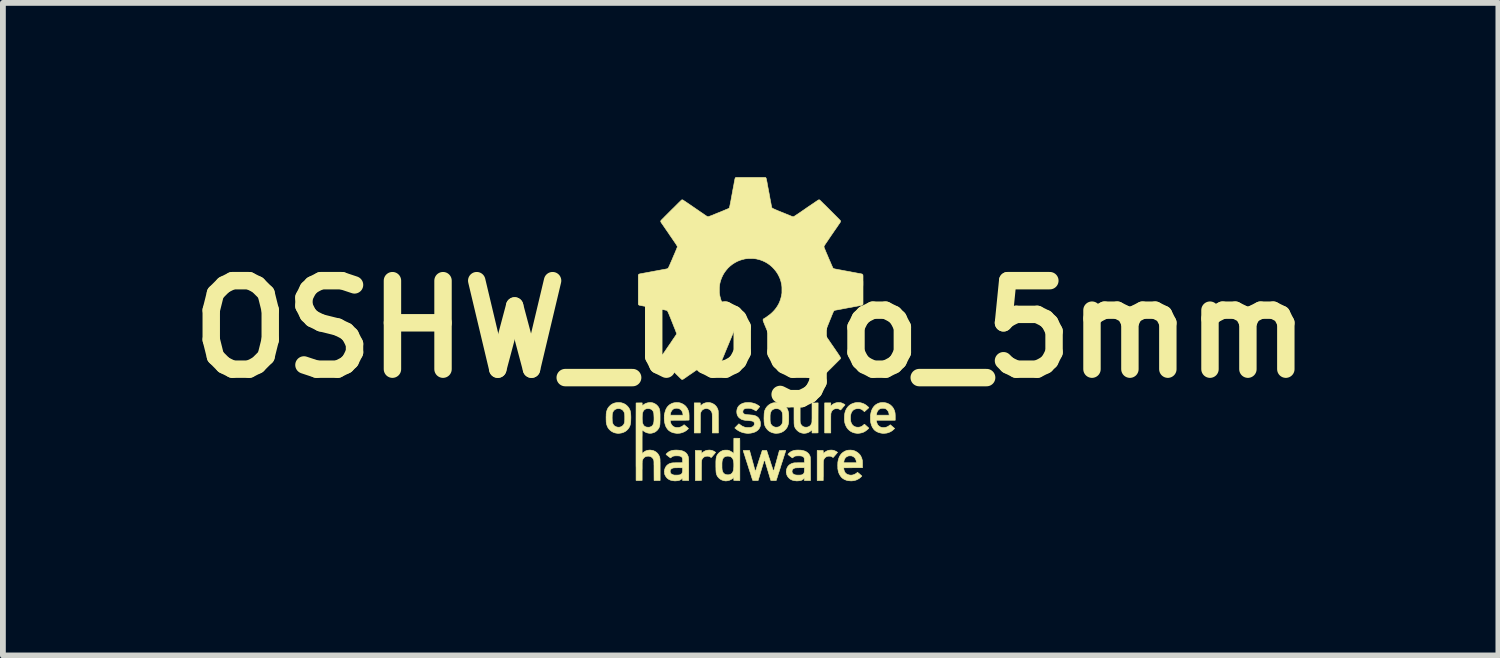
<source format=kicad_pcb>
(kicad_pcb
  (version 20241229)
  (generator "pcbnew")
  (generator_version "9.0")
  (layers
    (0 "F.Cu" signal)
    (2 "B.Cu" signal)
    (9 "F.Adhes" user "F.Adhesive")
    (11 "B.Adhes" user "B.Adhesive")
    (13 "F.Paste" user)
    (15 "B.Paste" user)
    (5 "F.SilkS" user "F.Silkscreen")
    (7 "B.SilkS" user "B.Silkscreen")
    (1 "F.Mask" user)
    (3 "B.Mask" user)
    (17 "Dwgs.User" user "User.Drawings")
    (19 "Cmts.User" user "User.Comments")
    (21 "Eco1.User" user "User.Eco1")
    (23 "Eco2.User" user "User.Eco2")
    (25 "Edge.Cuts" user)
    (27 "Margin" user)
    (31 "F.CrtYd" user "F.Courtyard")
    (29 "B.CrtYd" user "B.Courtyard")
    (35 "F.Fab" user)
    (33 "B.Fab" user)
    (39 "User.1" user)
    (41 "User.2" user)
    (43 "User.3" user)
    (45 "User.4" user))
  (footprint "OSHW_logo_5mm"
    (layer "F.Cu")
    (at 9.877 2.618)
    (property "Reference" "OSHW_logo_5mm" (at 0 0 0) (layer "F.SilkS") (effects (font (size 1.524 1.524) (thickness 0.3))))
    (attr through_hole)
    (fp_poly (pts (xy 1.528 1.265) (xy 1.547 1.266) (xy 1.556 1.268) (xy 1.568 1.272) (xy 1.581 1.277) (xy 1.594 1.284) (xy 1.607 1.29) (xy 1.617 1.296) (xy 1.619 1.298) (xy 1.624 1.302) (xy 1.625 1.305) (xy 1.622 1.308) (xy 1.622 1.309) (xy 1.619 1.312) (xy 1.613 1.319) (xy 1.606 1.328) (xy 1.596 1.338) (xy 1.586 1.35) (xy 1.584 1.353) (xy 1.574 1.365) (xy 1.565 1.375) (xy 1.558 1.383) (xy 1.553 1.389) (xy 1.55 1.392) (xy 1.55 1.392) (xy 1.548 1.391) (xy 1.542 1.388) (xy 1.535 1.383) (xy 1.535 1.383) (xy 1.522 1.376) (xy 1.51 1.372) (xy 1.497 1.369) (xy 1.482 1.369) (xy 1.479 1.369) (xy 1.456 1.371) (xy 1.436 1.378) (xy 1.418 1.389) (xy 1.404 1.403) (xy 1.392 1.421) (xy 1.385 1.441) (xy 1.381 1.461) (xy 1.381 1.465) (xy 1.381 1.474) (xy 1.381 1.488) (xy 1.38 1.504) (xy 1.38 1.524) (xy 1.38 1.547) (xy 1.38 1.572) (xy 1.38 1.598) (xy 1.38 1.626) (xy 1.38 1.63) (xy 1.38 1.788) (xy 1.275 1.788) (xy 1.275 1.27) (xy 1.38 1.27) (xy 1.38 1.325) (xy 1.397 1.309) (xy 1.42 1.291) (xy 1.445 1.278) (xy 1.471 1.269) (xy 1.489 1.266) (xy 1.508 1.264) (xy 1.528 1.265)) (stroke (width 0.01) (type solid)) (fill yes) (layer "F.SilkS"))
    (fp_poly (pts (xy -0.708 1.265) (xy -0.686 1.27) (xy -0.664 1.277) (xy -0.654 1.282) (xy -0.628 1.297) (xy -0.607 1.315) (xy -0.589 1.336) (xy -0.574 1.361) (xy -0.563 1.389) (xy -0.559 1.406) (xy -0.558 1.409) (xy -0.558 1.418) (xy -0.558 1.43) (xy -0.557 1.446) (xy -0.557 1.466) (xy -0.557 1.488) (xy -0.557 1.513) (xy -0.556 1.54) (xy -0.556 1.569) (xy -0.556 1.6) (xy -0.556 1.601) (xy -0.555 1.788) (xy -0.66 1.788) (xy -0.66 1.63) (xy -0.66 1.597) (xy -0.66 1.569) (xy -0.66 1.545) (xy -0.66 1.524) (xy -0.66 1.507) (xy -0.661 1.493) (xy -0.661 1.481) (xy -0.661 1.472) (xy -0.662 1.464) (xy -0.663 1.458) (xy -0.663 1.452) (xy -0.664 1.448) (xy -0.665 1.443) (xy -0.666 1.439) (xy -0.674 1.42) (xy -0.686 1.403) (xy -0.7 1.389) (xy -0.717 1.379) (xy -0.735 1.372) (xy -0.755 1.368) (xy -0.775 1.368) (xy -0.795 1.373) (xy -0.815 1.381) (xy -0.832 1.393) (xy -0.841 1.403) (xy -0.85 1.416) (xy -0.858 1.433) (xy -0.863 1.45) (xy -0.865 1.46) (xy -0.865 1.464) (xy -0.865 1.473) (xy -0.866 1.485) (xy -0.866 1.501) (xy -0.866 1.52) (xy -0.866 1.542) (xy -0.866 1.567) (xy -0.866 1.593) (xy -0.866 1.62) (xy -0.866 1.628) (xy -0.867 1.788) (xy -0.971 1.788) (xy -0.971 1.27) (xy -0.867 1.27) (xy -0.867 1.325) (xy -0.849 1.309) (xy -0.827 1.291) (xy -0.802 1.278) (xy -0.775 1.269) (xy -0.747 1.265) (xy -0.732 1.264) (xy -0.708 1.265)) (stroke (width 0.01) (type solid)) (fill yes) (layer "F.SilkS"))
    (fp_poly (pts (xy -0.681 2.086) (xy -0.67 2.088) (xy -0.658 2.092) (xy -0.645 2.097) (xy -0.631 2.104) (xy -0.619 2.111) (xy -0.61 2.117) (xy -0.61 2.117) (xy -0.603 2.123) (xy -0.638 2.166) (xy -0.649 2.178) (xy -0.658 2.189) (xy -0.666 2.199) (xy -0.672 2.205) (xy -0.676 2.209) (xy -0.677 2.21) (xy -0.681 2.209) (xy -0.687 2.207) (xy -0.691 2.204) (xy -0.708 2.194) (xy -0.727 2.189) (xy -0.741 2.188) (xy -0.764 2.189) (xy -0.785 2.194) (xy -0.803 2.203) (xy -0.819 2.216) (xy -0.831 2.232) (xy -0.834 2.235) (xy -0.836 2.24) (xy -0.839 2.245) (xy -0.84 2.25) (xy -0.842 2.255) (xy -0.843 2.261) (xy -0.845 2.268) (xy -0.845 2.277) (xy -0.846 2.288) (xy -0.847 2.301) (xy -0.847 2.317) (xy -0.847 2.336) (xy -0.847 2.359) (xy -0.848 2.386) (xy -0.848 2.417) (xy -0.848 2.44) (xy -0.848 2.606) (xy -0.9 2.607) (xy -0.915 2.607) (xy -0.929 2.607) (xy -0.94 2.607) (xy -0.948 2.607) (xy -0.951 2.607) (xy -0.952 2.607) (xy -0.952 2.604) (xy -0.952 2.597) (xy -0.952 2.585) (xy -0.952 2.57) (xy -0.952 2.551) (xy -0.952 2.528) (xy -0.952 2.503) (xy -0.952 2.475) (xy -0.952 2.444) (xy -0.952 2.411) (xy -0.952 2.377) (xy -0.952 2.348) (xy -0.953 2.089) (xy -0.848 2.091) (xy -0.848 2.116) (xy -0.847 2.127) (xy -0.847 2.135) (xy -0.847 2.141) (xy -0.847 2.142) (xy -0.845 2.141) (xy -0.841 2.137) (xy -0.834 2.131) (xy -0.831 2.128) (xy -0.811 2.112) (xy -0.788 2.099) (xy -0.774 2.093) (xy -0.752 2.087) (xy -0.729 2.084) (xy -0.704 2.083) (xy -0.681 2.086)) (stroke (width 0.01) (type solid)) (fill yes) (layer "F.SilkS"))
    (fp_poly (pts (xy 1.413 2.085) (xy 1.425 2.087) (xy 1.438 2.091) (xy 1.453 2.097) (xy 1.468 2.104) (xy 1.482 2.112) (xy 1.485 2.114) (xy 1.497 2.122) (xy 1.48 2.142) (xy 1.473 2.151) (xy 1.467 2.158) (xy 1.463 2.163) (xy 1.462 2.164) (xy 1.46 2.166) (xy 1.455 2.172) (xy 1.449 2.179) (xy 1.441 2.188) (xy 1.441 2.188) (xy 1.433 2.197) (xy 1.427 2.204) (xy 1.422 2.209) (xy 1.42 2.211) (xy 1.42 2.211) (xy 1.418 2.21) (xy 1.413 2.207) (xy 1.412 2.206) (xy 1.406 2.202) (xy 1.397 2.198) (xy 1.39 2.194) (xy 1.383 2.191) (xy 1.375 2.189) (xy 1.367 2.188) (xy 1.357 2.188) (xy 1.352 2.188) (xy 1.338 2.188) (xy 1.328 2.19) (xy 1.318 2.192) (xy 1.314 2.194) (xy 1.295 2.203) (xy 1.279 2.217) (xy 1.266 2.234) (xy 1.257 2.254) (xy 1.256 2.257) (xy 1.255 2.26) (xy 1.254 2.264) (xy 1.254 2.268) (xy 1.253 2.273) (xy 1.253 2.28) (xy 1.252 2.289) (xy 1.252 2.3) (xy 1.252 2.313) (xy 1.251 2.33) (xy 1.251 2.35) (xy 1.251 2.374) (xy 1.251 2.402) (xy 1.251 2.432) (xy 1.251 2.46) (xy 1.251 2.487) (xy 1.251 2.512) (xy 1.251 2.534) (xy 1.25 2.554) (xy 1.25 2.572) (xy 1.25 2.585) (xy 1.25 2.595) (xy 1.25 2.6) (xy 1.25 2.6) (xy 1.25 2.607) (xy 1.146 2.607) (xy 1.146 2.348) (xy 1.146 2.089) (xy 1.198 2.089) (xy 1.216 2.089) (xy 1.229 2.089) (xy 1.238 2.09) (xy 1.244 2.09) (xy 1.248 2.091) (xy 1.25 2.092) (xy 1.25 2.093) (xy 1.25 2.094) (xy 1.25 2.098) (xy 1.25 2.106) (xy 1.25 2.116) (xy 1.25 2.119) (xy 1.251 2.129) (xy 1.251 2.137) (xy 1.251 2.141) (xy 1.251 2.142) (xy 1.253 2.141) (xy 1.258 2.137) (xy 1.265 2.131) (xy 1.268 2.128) (xy 1.288 2.112) (xy 1.311 2.099) (xy 1.325 2.093) (xy 1.345 2.087) (xy 1.368 2.084) (xy 1.391 2.083) (xy 1.413 2.085)) (stroke (width 0.01) (type solid)) (fill yes) (layer "F.SilkS"))
    (fp_poly (pts (xy 2.314 1.267) (xy 2.345 1.274) (xy 2.373 1.286) (xy 2.4 1.301) (xy 2.423 1.321) (xy 2.444 1.343) (xy 2.461 1.368) (xy 2.474 1.397) (xy 2.475 1.399) (xy 2.48 1.412) (xy 2.483 1.425) (xy 2.486 1.438) (xy 2.488 1.453) (xy 2.489 1.47) (xy 2.49 1.489) (xy 2.49 1.513) (xy 2.49 1.513) (xy 2.49 1.569) (xy 2.166 1.569) (xy 2.167 1.577) (xy 2.167 1.584) (xy 2.168 1.593) (xy 2.17 1.602) (xy 2.178 1.626) (xy 2.188 1.647) (xy 2.203 1.664) (xy 2.221 1.678) (xy 2.241 1.688) (xy 2.265 1.694) (xy 2.29 1.695) (xy 2.317 1.693) (xy 2.343 1.686) (xy 2.368 1.674) (xy 2.39 1.659) (xy 2.405 1.647) (xy 2.48 1.711) (xy 2.466 1.724) (xy 2.44 1.747) (xy 2.412 1.765) (xy 2.381 1.779) (xy 2.348 1.789) (xy 2.33 1.792) (xy 2.323 1.792) (xy 2.314 1.793) (xy 2.304 1.794) (xy 2.293 1.794) (xy 2.284 1.794) (xy 2.277 1.794) (xy 2.273 1.794) (xy 2.273 1.794) (xy 2.27 1.794) (xy 2.264 1.793) (xy 2.256 1.792) (xy 2.229 1.787) (xy 2.201 1.779) (xy 2.175 1.767) (xy 2.151 1.753) (xy 2.134 1.739) (xy 2.115 1.718) (xy 2.099 1.693) (xy 2.085 1.665) (xy 2.074 1.633) (xy 2.066 1.597) (xy 2.066 1.592) (xy 2.065 1.582) (xy 2.064 1.568) (xy 2.063 1.552) (xy 2.063 1.534) (xy 2.063 1.516) (xy 2.064 1.498) (xy 2.065 1.483) (xy 2.065 1.482) (xy 2.166 1.482) (xy 2.386 1.482) (xy 2.384 1.468) (xy 2.38 1.443) (xy 2.371 1.42) (xy 2.359 1.401) (xy 2.344 1.385) (xy 2.334 1.377) (xy 2.318 1.369) (xy 2.3 1.365) (xy 2.28 1.363) (xy 2.276 1.363) (xy 2.252 1.365) (xy 2.231 1.371) (xy 2.212 1.381) (xy 2.197 1.396) (xy 2.184 1.414) (xy 2.175 1.435) (xy 2.169 1.46) (xy 2.168 1.469) (xy 2.166 1.482) (xy 2.065 1.482) (xy 2.066 1.472) (xy 2.073 1.434) (xy 2.083 1.4) (xy 2.097 1.37) (xy 2.114 1.343) (xy 2.134 1.32) (xy 2.157 1.3) (xy 2.183 1.285) (xy 2.185 1.284) (xy 2.208 1.274) (xy 2.231 1.268) (xy 2.257 1.265) (xy 2.282 1.264) (xy 2.314 1.267)) (stroke (width 0.01) (type solid)) (fill yes) (layer "F.SilkS"))
    (fp_poly (pts (xy 1.161 1.526) (xy 1.161 1.561) (xy 1.161 1.595) (xy 1.161 1.627) (xy 1.161 1.657) (xy 1.161 1.685) (xy 1.161 1.71) (xy 1.161 1.732) (xy 1.161 1.751) (xy 1.161 1.766) (xy 1.161 1.777) (xy 1.161 1.783) (xy 1.161 1.785) (xy 1.159 1.786) (xy 1.155 1.787) (xy 1.148 1.787) (xy 1.138 1.788) (xy 1.123 1.788) (xy 1.109 1.788) (xy 1.057 1.788) (xy 1.057 1.764) (xy 1.057 1.753) (xy 1.057 1.744) (xy 1.057 1.738) (xy 1.056 1.736) (xy 1.054 1.736) (xy 1.05 1.74) (xy 1.043 1.745) (xy 1.021 1.764) (xy 0.997 1.778) (xy 0.97 1.788) (xy 0.941 1.793) (xy 0.928 1.794) (xy 0.92 1.794) (xy 0.913 1.794) (xy 0.911 1.794) (xy 0.911 1.794) (xy 0.908 1.794) (xy 0.902 1.793) (xy 0.896 1.792) (xy 0.872 1.787) (xy 0.848 1.778) (xy 0.826 1.765) (xy 0.805 1.748) (xy 0.786 1.729) (xy 0.771 1.708) (xy 0.767 1.701) (xy 0.764 1.694) (xy 0.761 1.688) (xy 0.758 1.682) (xy 0.756 1.676) (xy 0.754 1.67) (xy 0.752 1.662) (xy 0.751 1.654) (xy 0.75 1.644) (xy 0.749 1.631) (xy 0.748 1.617) (xy 0.748 1.6) (xy 0.748 1.579) (xy 0.747 1.555) (xy 0.747 1.528) (xy 0.747 1.496) (xy 0.747 1.459) (xy 0.747 1.456) (xy 0.747 1.27) (xy 0.852 1.27) (xy 0.852 1.434) (xy 0.852 1.462) (xy 0.852 1.489) (xy 0.852 1.514) (xy 0.852 1.537) (xy 0.852 1.557) (xy 0.852 1.574) (xy 0.853 1.588) (xy 0.853 1.598) (xy 0.853 1.603) (xy 0.853 1.604) (xy 0.859 1.626) (xy 0.869 1.645) (xy 0.883 1.662) (xy 0.899 1.675) (xy 0.918 1.684) (xy 0.921 1.685) (xy 0.937 1.688) (xy 0.955 1.689) (xy 0.973 1.688) (xy 0.989 1.684) (xy 0.992 1.683) (xy 1.011 1.674) (xy 1.028 1.66) (xy 1.041 1.642) (xy 1.05 1.622) (xy 1.051 1.619) (xy 1.052 1.615) (xy 1.053 1.612) (xy 1.054 1.608) (xy 1.055 1.604) (xy 1.055 1.598) (xy 1.056 1.59) (xy 1.056 1.581) (xy 1.056 1.569) (xy 1.056 1.555) (xy 1.057 1.537) (xy 1.057 1.516) (xy 1.057 1.49) (xy 1.057 1.461) (xy 1.057 1.437) (xy 1.057 1.271) (xy 1.109 1.271) (xy 1.162 1.27) (xy 1.161 1.526)) (stroke (width 0.01) (type solid)) (fill yes) (layer "F.SilkS"))
    (fp_poly (pts (xy 1.882 1.266) (xy 1.913 1.273) (xy 1.944 1.284) (xy 1.964 1.294) (xy 1.977 1.302) (xy 1.992 1.313) (xy 2.007 1.325) (xy 2.02 1.336) (xy 2.026 1.342) (xy 2.036 1.353) (xy 2.022 1.365) (xy 2.013 1.374) (xy 2.001 1.384) (xy 1.988 1.396) (xy 1.976 1.407) (xy 1.966 1.416) (xy 1.965 1.416) (xy 1.959 1.422) (xy 1.951 1.414) (xy 1.931 1.396) (xy 1.91 1.382) (xy 1.888 1.373) (xy 1.863 1.369) (xy 1.842 1.369) (xy 1.816 1.372) (xy 1.793 1.379) (xy 1.773 1.39) (xy 1.756 1.405) (xy 1.742 1.424) (xy 1.731 1.446) (xy 1.724 1.473) (xy 1.722 1.481) (xy 1.72 1.498) (xy 1.719 1.518) (xy 1.719 1.538) (xy 1.72 1.558) (xy 1.722 1.577) (xy 1.725 1.592) (xy 1.725 1.595) (xy 1.734 1.619) (xy 1.746 1.641) (xy 1.761 1.658) (xy 1.779 1.672) (xy 1.8 1.682) (xy 1.823 1.688) (xy 1.824 1.688) (xy 1.851 1.69) (xy 1.876 1.687) (xy 1.899 1.681) (xy 1.92 1.67) (xy 1.94 1.654) (xy 1.942 1.652) (xy 1.95 1.645) (xy 1.956 1.64) (xy 1.96 1.638) (xy 1.962 1.639) (xy 1.963 1.639) (xy 1.966 1.642) (xy 1.971 1.647) (xy 1.98 1.655) (xy 1.99 1.664) (xy 2 1.673) (xy 2.011 1.683) (xy 2.021 1.691) (xy 2.028 1.698) (xy 2.033 1.703) (xy 2.034 1.705) (xy 2.033 1.708) (xy 2.028 1.714) (xy 2.02 1.721) (xy 2.011 1.729) (xy 2.001 1.737) (xy 1.991 1.745) (xy 1.981 1.753) (xy 1.976 1.756) (xy 1.947 1.773) (xy 1.916 1.784) (xy 1.884 1.791) (xy 1.856 1.794) (xy 1.846 1.794) (xy 1.838 1.794) (xy 1.833 1.794) (xy 1.832 1.794) (xy 1.83 1.794) (xy 1.823 1.793) (xy 1.815 1.792) (xy 1.784 1.787) (xy 1.755 1.777) (xy 1.727 1.763) (xy 1.701 1.745) (xy 1.678 1.723) (xy 1.659 1.699) (xy 1.645 1.675) (xy 1.635 1.653) (xy 1.627 1.631) (xy 1.621 1.609) (xy 1.618 1.586) (xy 1.615 1.559) (xy 1.615 1.538) (xy 1.616 1.496) (xy 1.62 1.458) (xy 1.628 1.423) (xy 1.64 1.392) (xy 1.656 1.363) (xy 1.675 1.338) (xy 1.679 1.333) (xy 1.702 1.312) (xy 1.728 1.294) (xy 1.757 1.281) (xy 1.787 1.271) (xy 1.818 1.265) (xy 1.85 1.264) (xy 1.882 1.266)) (stroke (width 0.01) (type solid)) (fill yes) (layer "F.SilkS"))
    (fp_poly (pts (xy 1.739 2.085) (xy 1.76 2.087) (xy 1.78 2.093) (xy 1.8 2.101) (xy 1.812 2.107) (xy 1.839 2.123) (xy 1.863 2.143) (xy 1.884 2.166) (xy 1.9 2.193) (xy 1.913 2.222) (xy 1.922 2.254) (xy 1.924 2.263) (xy 1.925 2.273) (xy 1.925 2.287) (xy 1.926 2.304) (xy 1.926 2.323) (xy 1.926 2.335) (xy 1.926 2.387) (xy 1.765 2.387) (xy 1.603 2.388) (xy 1.604 2.405) (xy 1.608 2.428) (xy 1.616 2.45) (xy 1.627 2.47) (xy 1.634 2.479) (xy 1.648 2.491) (xy 1.665 2.501) (xy 1.685 2.508) (xy 1.706 2.513) (xy 1.728 2.515) (xy 1.75 2.513) (xy 1.757 2.511) (xy 1.776 2.506) (xy 1.796 2.497) (xy 1.815 2.486) (xy 1.827 2.477) (xy 1.841 2.465) (xy 1.847 2.471) (xy 1.867 2.487) (xy 1.882 2.5) (xy 1.894 2.511) (xy 1.903 2.519) (xy 1.91 2.525) (xy 1.914 2.528) (xy 1.915 2.53) (xy 1.915 2.53) (xy 1.913 2.533) (xy 1.908 2.538) (xy 1.901 2.545) (xy 1.893 2.552) (xy 1.884 2.56) (xy 1.875 2.567) (xy 1.868 2.572) (xy 1.867 2.573) (xy 1.842 2.587) (xy 1.816 2.599) (xy 1.788 2.607) (xy 1.763 2.611) (xy 1.752 2.612) (xy 1.74 2.613) (xy 1.731 2.614) (xy 1.725 2.614) (xy 1.723 2.613) (xy 1.72 2.613) (xy 1.714 2.612) (xy 1.706 2.612) (xy 1.676 2.609) (xy 1.648 2.602) (xy 1.62 2.591) (xy 1.595 2.577) (xy 1.574 2.561) (xy 1.565 2.552) (xy 1.546 2.528) (xy 1.53 2.502) (xy 1.517 2.473) (xy 1.508 2.441) (xy 1.502 2.408) (xy 1.501 2.4) (xy 1.501 2.387) (xy 1.501 2.372) (xy 1.5 2.356) (xy 1.5 2.339) (xy 1.501 2.323) (xy 1.501 2.308) (xy 1.501 2.301) (xy 1.603 2.301) (xy 1.823 2.301) (xy 1.821 2.29) (xy 1.818 2.272) (xy 1.815 2.257) (xy 1.81 2.245) (xy 1.807 2.236) (xy 1.795 2.218) (xy 1.779 2.203) (xy 1.761 2.192) (xy 1.752 2.188) (xy 1.745 2.185) (xy 1.738 2.183) (xy 1.729 2.183) (xy 1.717 2.182) (xy 1.717 2.182) (xy 1.703 2.182) (xy 1.693 2.183) (xy 1.684 2.184) (xy 1.677 2.187) (xy 1.656 2.196) (xy 1.638 2.209) (xy 1.625 2.226) (xy 1.614 2.246) (xy 1.607 2.27) (xy 1.605 2.287) (xy 1.603 2.301) (xy 1.501 2.301) (xy 1.502 2.296) (xy 1.502 2.29) (xy 1.509 2.254) (xy 1.519 2.221) (xy 1.532 2.19) (xy 1.549 2.164) (xy 1.569 2.14) (xy 1.592 2.121) (xy 1.618 2.105) (xy 1.62 2.104) (xy 1.64 2.095) (xy 1.66 2.089) (xy 1.68 2.085) (xy 1.702 2.084) (xy 1.716 2.083) (xy 1.739 2.085)) (stroke (width 0.01) (type solid)) (fill yes) (layer "F.SilkS"))
    (fp_poly (pts (xy -2.254 1.265) (xy -2.224 1.269) (xy -2.195 1.278) (xy -2.169 1.29) (xy -2.159 1.296) (xy -2.137 1.312) (xy -2.117 1.332) (xy -2.1 1.353) (xy -2.087 1.376) (xy -2.078 1.396) (xy -2.073 1.411) (xy -2.07 1.428) (xy -2.067 1.445) (xy -2.065 1.464) (xy -2.064 1.486) (xy -2.063 1.512) (xy -2.063 1.528) (xy -2.064 1.561) (xy -2.065 1.589) (xy -2.067 1.614) (xy -2.071 1.636) (xy -2.076 1.656) (xy -2.082 1.673) (xy -2.091 1.69) (xy -2.101 1.706) (xy -2.113 1.722) (xy -2.117 1.726) (xy -2.138 1.747) (xy -2.162 1.764) (xy -2.189 1.777) (xy -2.218 1.787) (xy -2.249 1.792) (xy -2.266 1.794) (xy -2.277 1.794) (xy -2.285 1.794) (xy -2.29 1.794) (xy -2.292 1.794) (xy -2.294 1.794) (xy -2.3 1.793) (xy -2.308 1.792) (xy -2.337 1.787) (xy -2.365 1.777) (xy -2.391 1.763) (xy -2.415 1.746) (xy -2.436 1.725) (xy -2.454 1.702) (xy -2.468 1.675) (xy -2.478 1.647) (xy -2.48 1.64) (xy -2.483 1.628) (xy -2.485 1.616) (xy -2.487 1.604) (xy -2.488 1.59) (xy -2.488 1.574) (xy -2.489 1.555) (xy -2.489 1.534) (xy -2.385 1.534) (xy -2.384 1.553) (xy -2.384 1.57) (xy -2.383 1.586) (xy -2.382 1.598) (xy -2.381 1.606) (xy -2.373 1.628) (xy -2.363 1.647) (xy -2.349 1.663) (xy -2.332 1.675) (xy -2.331 1.675) (xy -2.31 1.684) (xy -2.287 1.689) (xy -2.263 1.689) (xy -2.246 1.686) (xy -2.225 1.678) (xy -2.207 1.666) (xy -2.192 1.651) (xy -2.184 1.639) (xy -2.18 1.63) (xy -2.176 1.621) (xy -2.173 1.612) (xy -2.171 1.602) (xy -2.169 1.591) (xy -2.169 1.577) (xy -2.168 1.56) (xy -2.168 1.539) (xy -2.168 1.529) (xy -2.168 1.509) (xy -2.168 1.493) (xy -2.169 1.481) (xy -2.169 1.471) (xy -2.17 1.463) (xy -2.171 1.456) (xy -2.172 1.45) (xy -2.173 1.446) (xy -2.182 1.424) (xy -2.194 1.405) (xy -2.209 1.39) (xy -2.228 1.379) (xy -2.249 1.371) (xy -2.27 1.368) (xy -2.294 1.369) (xy -2.316 1.375) (xy -2.335 1.384) (xy -2.351 1.397) (xy -2.365 1.414) (xy -2.375 1.435) (xy -2.382 1.458) (xy -2.382 1.458) (xy -2.383 1.468) (xy -2.384 1.482) (xy -2.384 1.498) (xy -2.385 1.516) (xy -2.385 1.534) (xy -2.489 1.534) (xy -2.489 1.532) (xy -2.489 1.53) (xy -2.489 1.506) (xy -2.488 1.486) (xy -2.488 1.469) (xy -2.487 1.454) (xy -2.485 1.442) (xy -2.483 1.429) (xy -2.48 1.417) (xy -2.479 1.414) (xy -2.469 1.384) (xy -2.455 1.357) (xy -2.436 1.333) (xy -2.414 1.311) (xy -2.397 1.298) (xy -2.372 1.284) (xy -2.344 1.273) (xy -2.315 1.267) (xy -2.284 1.264) (xy -2.254 1.265)) (stroke (width 0.01) (type solid)) (fill yes) (layer "F.SilkS"))
    (fp_poly (pts (xy 0.468 1.265) (xy 0.494 1.268) (xy 0.514 1.274) (xy 0.543 1.286) (xy 0.569 1.302) (xy 0.592 1.321) (xy 0.612 1.344) (xy 0.629 1.369) (xy 0.641 1.396) (xy 0.647 1.417) (xy 0.65 1.428) (xy 0.652 1.437) (xy 0.653 1.445) (xy 0.654 1.454) (xy 0.655 1.464) (xy 0.655 1.475) (xy 0.656 1.49) (xy 0.656 1.508) (xy 0.656 1.518) (xy 0.656 1.544) (xy 0.656 1.565) (xy 0.655 1.584) (xy 0.654 1.6) (xy 0.652 1.615) (xy 0.65 1.63) (xy 0.647 1.641) (xy 0.638 1.67) (xy 0.625 1.696) (xy 0.607 1.721) (xy 0.586 1.742) (xy 0.563 1.76) (xy 0.536 1.775) (xy 0.508 1.786) (xy 0.488 1.79) (xy 0.481 1.791) (xy 0.471 1.792) (xy 0.46 1.793) (xy 0.449 1.794) (xy 0.439 1.794) (xy 0.432 1.795) (xy 0.428 1.794) (xy 0.428 1.794) (xy 0.425 1.794) (xy 0.419 1.793) (xy 0.411 1.792) (xy 0.385 1.787) (xy 0.358 1.778) (xy 0.332 1.765) (xy 0.308 1.749) (xy 0.288 1.73) (xy 0.285 1.727) (xy 0.272 1.71) (xy 0.261 1.694) (xy 0.252 1.678) (xy 0.244 1.66) (xy 0.239 1.641) (xy 0.235 1.62) (xy 0.232 1.595) (xy 0.231 1.567) (xy 0.23 1.535) (xy 0.23 1.53) (xy 0.231 1.513) (xy 0.335 1.513) (xy 0.335 1.539) (xy 0.335 1.539) (xy 0.335 1.56) (xy 0.336 1.578) (xy 0.337 1.592) (xy 0.339 1.603) (xy 0.341 1.613) (xy 0.344 1.622) (xy 0.347 1.631) (xy 0.35 1.636) (xy 0.362 1.654) (xy 0.377 1.668) (xy 0.396 1.679) (xy 0.417 1.687) (xy 0.43 1.689) (xy 0.445 1.689) (xy 0.46 1.688) (xy 0.473 1.686) (xy 0.476 1.686) (xy 0.497 1.676) (xy 0.515 1.664) (xy 0.529 1.649) (xy 0.532 1.645) (xy 0.537 1.636) (xy 0.542 1.627) (xy 0.545 1.617) (xy 0.548 1.606) (xy 0.549 1.594) (xy 0.551 1.579) (xy 0.551 1.56) (xy 0.552 1.538) (xy 0.552 1.526) (xy 0.551 1.5) (xy 0.55 1.478) (xy 0.548 1.459) (xy 0.546 1.444) (xy 0.542 1.431) (xy 0.536 1.419) (xy 0.53 1.409) (xy 0.521 1.399) (xy 0.506 1.386) (xy 0.488 1.377) (xy 0.468 1.371) (xy 0.446 1.369) (xy 0.425 1.37) (xy 0.404 1.375) (xy 0.385 1.384) (xy 0.379 1.387) (xy 0.367 1.397) (xy 0.357 1.409) (xy 0.349 1.425) (xy 0.348 1.426) (xy 0.344 1.437) (xy 0.34 1.448) (xy 0.338 1.46) (xy 0.336 1.475) (xy 0.335 1.492) (xy 0.335 1.513) (xy 0.231 1.513) (xy 0.231 1.501) (xy 0.232 1.475) (xy 0.233 1.453) (xy 0.236 1.434) (xy 0.239 1.418) (xy 0.243 1.402) (xy 0.249 1.388) (xy 0.262 1.362) (xy 0.279 1.338) (xy 0.299 1.317) (xy 0.323 1.298) (xy 0.348 1.284) (xy 0.375 1.273) (xy 0.387 1.27) (xy 0.413 1.266) (xy 0.441 1.264) (xy 0.468 1.265)) (stroke (width 0.01) (type solid)) (fill yes) (layer "F.SilkS"))
    (fp_poly (pts (xy -1.259 1.265) (xy -1.242 1.266) (xy -1.227 1.268) (xy -1.211 1.272) (xy -1.202 1.275) (xy -1.172 1.288) (xy -1.146 1.304) (xy -1.122 1.324) (xy -1.102 1.348) (xy -1.086 1.374) (xy -1.073 1.404) (xy -1.064 1.436) (xy -1.063 1.442) (xy -1.062 1.449) (xy -1.062 1.459) (xy -1.061 1.471) (xy -1.06 1.486) (xy -1.06 1.502) (xy -1.06 1.517) (xy -1.06 1.532) (xy -1.06 1.545) (xy -1.06 1.556) (xy -1.06 1.563) (xy -1.061 1.566) (xy -1.064 1.567) (xy -1.071 1.567) (xy -1.084 1.568) (xy -1.1 1.568) (xy -1.122 1.569) (xy -1.147 1.569) (xy -1.176 1.569) (xy -1.21 1.569) (xy -1.223 1.569) (xy -1.383 1.57) (xy -1.383 1.583) (xy -1.379 1.607) (xy -1.372 1.629) (xy -1.36 1.649) (xy -1.346 1.665) (xy -1.329 1.678) (xy -1.323 1.682) (xy -1.301 1.69) (xy -1.277 1.695) (xy -1.252 1.695) (xy -1.227 1.692) (xy -1.203 1.684) (xy -1.18 1.673) (xy -1.16 1.659) (xy -1.158 1.657) (xy -1.146 1.646) (xy -1.138 1.653) (xy -1.131 1.658) (xy -1.125 1.663) (xy -1.124 1.664) (xy -1.121 1.668) (xy -1.114 1.673) (xy -1.105 1.681) (xy -1.095 1.689) (xy -1.095 1.689) (xy -1.086 1.697) (xy -1.078 1.704) (xy -1.073 1.708) (xy -1.071 1.711) (xy -1.071 1.711) (xy -1.073 1.714) (xy -1.077 1.719) (xy -1.085 1.726) (xy -1.093 1.733) (xy -1.102 1.741) (xy -1.111 1.748) (xy -1.118 1.753) (xy -1.118 1.753) (xy -1.144 1.768) (xy -1.173 1.78) (xy -1.203 1.789) (xy -1.222 1.792) (xy -1.23 1.793) (xy -1.239 1.793) (xy -1.25 1.794) (xy -1.26 1.794) (xy -1.268 1.794) (xy -1.274 1.794) (xy -1.276 1.794) (xy -1.278 1.794) (xy -1.284 1.793) (xy -1.291 1.792) (xy -1.323 1.787) (xy -1.353 1.778) (xy -1.38 1.765) (xy -1.404 1.749) (xy -1.412 1.742) (xy -1.418 1.737) (xy -1.422 1.733) (xy -1.426 1.728) (xy -1.432 1.721) (xy -1.434 1.718) (xy -1.45 1.696) (xy -1.463 1.67) (xy -1.473 1.64) (xy -1.481 1.608) (xy -1.486 1.576) (xy -1.488 1.537) (xy -1.487 1.499) (xy -1.485 1.482) (xy -1.384 1.482) (xy -1.165 1.482) (xy -1.165 1.472) (xy -1.167 1.456) (xy -1.172 1.438) (xy -1.179 1.42) (xy -1.188 1.404) (xy -1.195 1.396) (xy -1.21 1.382) (xy -1.228 1.372) (xy -1.248 1.365) (xy -1.27 1.362) (xy -1.292 1.363) (xy -1.313 1.368) (xy -1.327 1.374) (xy -1.343 1.385) (xy -1.357 1.401) (xy -1.368 1.419) (xy -1.377 1.44) (xy -1.382 1.464) (xy -1.382 1.465) (xy -1.384 1.482) (xy -1.485 1.482) (xy -1.483 1.463) (xy -1.475 1.429) (xy -1.465 1.397) (xy -1.453 1.369) (xy -1.437 1.344) (xy -1.437 1.343) (xy -1.416 1.32) (xy -1.393 1.3) (xy -1.367 1.285) (xy -1.338 1.273) (xy -1.308 1.267) (xy -1.279 1.264) (xy -1.259 1.265)) (stroke (width 0.01) (type solid)) (fill yes) (layer "F.SilkS"))
    (fp_poly (pts (xy -0.013 1.265) (xy 0.024 1.27) (xy 0.059 1.279) (xy 0.084 1.288) (xy 0.093 1.292) (xy 0.103 1.298) (xy 0.115 1.304) (xy 0.126 1.311) (xy 0.137 1.318) (xy 0.146 1.325) (xy 0.153 1.329) (xy 0.156 1.332) (xy 0.156 1.334) (xy 0.154 1.337) (xy 0.15 1.342) (xy 0.144 1.35) (xy 0.136 1.36) (xy 0.124 1.373) (xy 0.114 1.386) (xy 0.107 1.393) (xy 0.101 1.4) (xy 0.098 1.405) (xy 0.098 1.405) (xy 0.095 1.408) (xy 0.093 1.408) (xy 0.088 1.406) (xy 0.085 1.404) (xy 0.062 1.391) (xy 0.041 1.38) (xy 0.021 1.373) (xy 0.003 1.367) (xy -0.016 1.364) (xy -0.036 1.363) (xy -0.052 1.363) (xy -0.07 1.364) (xy -0.085 1.366) (xy -0.096 1.369) (xy -0.106 1.373) (xy -0.114 1.379) (xy -0.116 1.38) (xy -0.125 1.391) (xy -0.132 1.403) (xy -0.134 1.417) (xy -0.134 1.431) (xy -0.13 1.443) (xy -0.122 1.454) (xy -0.116 1.458) (xy -0.108 1.463) (xy -0.1 1.466) (xy -0.089 1.469) (xy -0.076 1.472) (xy -0.061 1.473) (xy -0.041 1.475) (xy -0.032 1.475) (xy -0.009 1.477) (xy 0.011 1.479) (xy 0.027 1.48) (xy 0.041 1.482) (xy 0.053 1.484) (xy 0.063 1.487) (xy 0.065 1.487) (xy 0.09 1.496) (xy 0.112 1.509) (xy 0.131 1.525) (xy 0.146 1.545) (xy 0.157 1.567) (xy 0.165 1.593) (xy 0.169 1.621) (xy 0.169 1.632) (xy 0.168 1.652) (xy 0.166 1.669) (xy 0.161 1.684) (xy 0.154 1.7) (xy 0.154 1.7) (xy 0.141 1.721) (xy 0.123 1.74) (xy 0.102 1.756) (xy 0.077 1.77) (xy 0.048 1.781) (xy 0.017 1.788) (xy -0.004 1.792) (xy -0.011 1.792) (xy -0.02 1.793) (xy -0.03 1.794) (xy -0.041 1.794) (xy -0.051 1.794) (xy -0.058 1.794) (xy -0.062 1.794) (xy -0.063 1.794) (xy -0.065 1.794) (xy -0.072 1.793) (xy -0.08 1.792) (xy -0.081 1.792) (xy -0.114 1.787) (xy -0.147 1.778) (xy -0.18 1.765) (xy -0.212 1.748) (xy -0.242 1.728) (xy -0.259 1.714) (xy -0.273 1.702) (xy -0.238 1.666) (xy -0.202 1.63) (xy -0.195 1.636) (xy -0.176 1.65) (xy -0.159 1.662) (xy -0.144 1.671) (xy -0.129 1.678) (xy -0.113 1.684) (xy -0.11 1.686) (xy -0.099 1.689) (xy -0.091 1.691) (xy -0.083 1.693) (xy -0.073 1.694) (xy -0.062 1.694) (xy -0.049 1.695) (xy -0.022 1.695) (xy 0.002 1.692) (xy 0.022 1.686) (xy 0.039 1.678) (xy 0.051 1.667) (xy 0.06 1.654) (xy 0.064 1.638) (xy 0.065 1.63) (xy 0.063 1.616) (xy 0.059 1.605) (xy 0.052 1.596) (xy 0.041 1.589) (xy 0.026 1.583) (xy 0.008 1.58) (xy -0.011 1.578) (xy -0.022 1.577) (xy -0.031 1.576) (xy -0.037 1.575) (xy -0.037 1.575) (xy -0.043 1.574) (xy -0.051 1.574) (xy -0.062 1.573) (xy -0.065 1.573) (xy -0.095 1.57) (xy -0.121 1.565) (xy -0.144 1.559) (xy -0.164 1.55) (xy -0.181 1.539) (xy -0.197 1.526) (xy -0.2 1.524) (xy -0.216 1.505) (xy -0.227 1.485) (xy -0.235 1.462) (xy -0.238 1.437) (xy -0.239 1.419) (xy -0.236 1.391) (xy -0.229 1.365) (xy -0.218 1.342) (xy -0.203 1.322) (xy -0.184 1.304) (xy -0.161 1.29) (xy -0.152 1.285) (xy -0.132 1.277) (xy -0.113 1.271) (xy -0.092 1.267) (xy -0.069 1.265) (xy -0.05 1.264) (xy -0.013 1.265)) (stroke (width 0.01) (type solid)) (fill yes) (layer "F.SilkS"))
    (fp_poly (pts (xy -0.253 1.879) (xy -0.239 1.879) (xy -0.225 1.879) (xy -0.212 1.88) (xy -0.201 1.88) (xy -0.193 1.881) (xy -0.188 1.881) (xy -0.187 1.881) (xy -0.187 1.884) (xy -0.187 1.891) (xy -0.187 1.903) (xy -0.186 1.919) (xy -0.186 1.939) (xy -0.186 1.963) (xy -0.186 1.989) (xy -0.186 2.019) (xy -0.186 2.052) (xy -0.186 2.087) (xy -0.186 2.124) (xy -0.186 2.163) (xy -0.186 2.204) (xy -0.186 2.246) (xy -0.186 2.607) (xy -0.238 2.607) (xy -0.29 2.606) (xy -0.29 2.58) (xy -0.29 2.568) (xy -0.291 2.56) (xy -0.292 2.556) (xy -0.294 2.556) (xy -0.296 2.558) (xy -0.3 2.563) (xy -0.308 2.57) (xy -0.318 2.577) (xy -0.329 2.585) (xy -0.34 2.591) (xy -0.346 2.594) (xy -0.366 2.603) (xy -0.388 2.609) (xy -0.411 2.613) (xy -0.432 2.614) (xy -0.441 2.613) (xy -0.471 2.607) (xy -0.499 2.597) (xy -0.524 2.583) (xy -0.546 2.565) (xy -0.562 2.547) (xy -0.575 2.529) (xy -0.584 2.509) (xy -0.591 2.487) (xy -0.594 2.473) (xy -0.595 2.464) (xy -0.596 2.451) (xy -0.597 2.435) (xy -0.598 2.415) (xy -0.598 2.394) (xy -0.599 2.372) (xy -0.599 2.349) (xy -0.599 2.342) (xy -0.494 2.342) (xy -0.494 2.365) (xy -0.494 2.384) (xy -0.493 2.399) (xy -0.492 2.412) (xy -0.491 2.423) (xy -0.489 2.432) (xy -0.487 2.441) (xy -0.485 2.445) (xy -0.477 2.466) (xy -0.465 2.482) (xy -0.45 2.494) (xy -0.432 2.503) (xy -0.412 2.508) (xy -0.387 2.509) (xy -0.387 2.509) (xy -0.376 2.508) (xy -0.366 2.506) (xy -0.361 2.505) (xy -0.342 2.497) (xy -0.326 2.486) (xy -0.313 2.47) (xy -0.303 2.451) (xy -0.297 2.432) (xy -0.294 2.419) (xy -0.293 2.403) (xy -0.291 2.383) (xy -0.29 2.363) (xy -0.29 2.342) (xy -0.29 2.322) (xy -0.291 2.304) (xy -0.292 2.291) (xy -0.297 2.264) (xy -0.304 2.241) (xy -0.314 2.223) (xy -0.327 2.209) (xy -0.342 2.198) (xy -0.361 2.191) (xy -0.382 2.188) (xy -0.387 2.187) (xy -0.411 2.188) (xy -0.432 2.193) (xy -0.45 2.201) (xy -0.465 2.214) (xy -0.477 2.23) (xy -0.485 2.25) (xy -0.49 2.266) (xy -0.491 2.274) (xy -0.492 2.284) (xy -0.493 2.295) (xy -0.494 2.31) (xy -0.494 2.328) (xy -0.494 2.342) (xy -0.599 2.342) (xy -0.599 2.326) (xy -0.599 2.305) (xy -0.599 2.285) (xy -0.598 2.267) (xy -0.597 2.253) (xy -0.597 2.251) (xy -0.595 2.229) (xy -0.591 2.209) (xy -0.586 2.191) (xy -0.582 2.18) (xy -0.57 2.159) (xy -0.554 2.14) (xy -0.536 2.122) (xy -0.515 2.108) (xy -0.504 2.102) (xy -0.486 2.093) (xy -0.469 2.088) (xy -0.452 2.085) (xy -0.432 2.084) (xy -0.423 2.084) (xy -0.409 2.084) (xy -0.399 2.084) (xy -0.39 2.086) (xy -0.381 2.088) (xy -0.375 2.09) (xy -0.357 2.097) (xy -0.341 2.106) (xy -0.324 2.116) (xy -0.31 2.127) (xy -0.302 2.133) (xy -0.295 2.138) (xy -0.292 2.141) (xy -0.291 2.142) (xy -0.291 2.139) (xy -0.29 2.132) (xy -0.29 2.121) (xy -0.29 2.107) (xy -0.29 2.089) (xy -0.29 2.068) (xy -0.29 2.046) (xy -0.29 2.021) (xy -0.29 2.011) (xy -0.29 1.986) (xy -0.29 1.962) (xy -0.29 1.941) (xy -0.29 1.922) (xy -0.29 1.906) (xy -0.289 1.893) (xy -0.289 1.885) (xy -0.289 1.88) (xy -0.289 1.88) (xy -0.285 1.879) (xy -0.276 1.879) (xy -0.266 1.879) (xy -0.253 1.879)) (stroke (width 0.01) (type solid)) (fill yes) (layer "F.SilkS"))
    (fp_poly (pts (xy 0.83 2.083) (xy 0.844 2.084) (xy 0.857 2.084) (xy 0.866 2.085) (xy 0.868 2.085) (xy 0.875 2.086) (xy 0.884 2.088) (xy 0.887 2.088) (xy 0.916 2.095) (xy 0.943 2.104) (xy 0.967 2.118) (xy 0.987 2.134) (xy 1.004 2.153) (xy 1.013 2.169) (xy 1.016 2.175) (xy 1.019 2.179) (xy 1.021 2.184) (xy 1.023 2.189) (xy 1.024 2.194) (xy 1.026 2.2) (xy 1.027 2.207) (xy 1.028 2.216) (xy 1.028 2.226) (xy 1.029 2.239) (xy 1.029 2.254) (xy 1.03 2.272) (xy 1.03 2.294) (xy 1.03 2.319) (xy 1.03 2.348) (xy 1.03 2.381) (xy 1.03 2.409) (xy 1.031 2.607) (xy 0.926 2.607) (xy 0.926 2.562) (xy 0.915 2.575) (xy 0.903 2.586) (xy 0.889 2.596) (xy 0.874 2.603) (xy 0.856 2.608) (xy 0.834 2.611) (xy 0.809 2.613) (xy 0.806 2.613) (xy 0.798 2.614) (xy 0.791 2.614) (xy 0.789 2.613) (xy 0.789 2.613) (xy 0.786 2.613) (xy 0.78 2.612) (xy 0.771 2.612) (xy 0.769 2.611) (xy 0.74 2.607) (xy 0.713 2.599) (xy 0.688 2.587) (xy 0.667 2.571) (xy 0.649 2.553) (xy 0.634 2.532) (xy 0.623 2.509) (xy 0.617 2.484) (xy 0.614 2.458) (xy 0.615 2.444) (xy 0.713 2.444) (xy 0.713 2.461) (xy 0.719 2.475) (xy 0.728 2.488) (xy 0.741 2.499) (xy 0.758 2.507) (xy 0.773 2.511) (xy 0.781 2.512) (xy 0.793 2.513) (xy 0.807 2.514) (xy 0.823 2.514) (xy 0.838 2.514) (xy 0.853 2.513) (xy 0.865 2.513) (xy 0.873 2.511) (xy 0.873 2.511) (xy 0.885 2.508) (xy 0.896 2.502) (xy 0.906 2.496) (xy 0.912 2.49) (xy 0.917 2.481) (xy 0.921 2.472) (xy 0.924 2.459) (xy 0.925 2.444) (xy 0.926 2.425) (xy 0.926 2.422) (xy 0.927 2.387) (xy 0.858 2.387) (xy 0.835 2.387) (xy 0.815 2.388) (xy 0.8 2.388) (xy 0.788 2.389) (xy 0.778 2.389) (xy 0.77 2.39) (xy 0.763 2.392) (xy 0.757 2.394) (xy 0.751 2.396) (xy 0.736 2.404) (xy 0.724 2.415) (xy 0.716 2.429) (xy 0.713 2.444) (xy 0.615 2.444) (xy 0.615 2.442) (xy 0.616 2.43) (xy 0.618 2.418) (xy 0.622 2.406) (xy 0.624 2.4) (xy 0.632 2.38) (xy 0.644 2.362) (xy 0.659 2.345) (xy 0.681 2.328) (xy 0.705 2.316) (xy 0.731 2.307) (xy 0.746 2.304) (xy 0.754 2.303) (xy 0.76 2.302) (xy 0.763 2.302) (xy 0.765 2.302) (xy 0.773 2.302) (xy 0.784 2.302) (xy 0.798 2.302) (xy 0.815 2.301) (xy 0.833 2.301) (xy 0.846 2.301) (xy 0.927 2.301) (xy 0.926 2.263) (xy 0.925 2.245) (xy 0.924 2.231) (xy 0.922 2.221) (xy 0.919 2.213) (xy 0.914 2.206) (xy 0.908 2.201) (xy 0.904 2.198) (xy 0.895 2.192) (xy 0.884 2.188) (xy 0.872 2.185) (xy 0.856 2.183) (xy 0.837 2.182) (xy 0.818 2.182) (xy 0.798 2.183) (xy 0.782 2.184) (xy 0.769 2.186) (xy 0.758 2.19) (xy 0.749 2.194) (xy 0.741 2.201) (xy 0.734 2.207) (xy 0.726 2.214) (xy 0.72 2.217) (xy 0.718 2.217) (xy 0.713 2.214) (xy 0.706 2.208) (xy 0.696 2.201) (xy 0.686 2.193) (xy 0.675 2.185) (xy 0.665 2.176) (xy 0.655 2.169) (xy 0.648 2.163) (xy 0.644 2.158) (xy 0.643 2.157) (xy 0.644 2.154) (xy 0.649 2.148) (xy 0.655 2.141) (xy 0.661 2.136) (xy 0.682 2.118) (xy 0.707 2.103) (xy 0.734 2.093) (xy 0.765 2.086) (xy 0.776 2.085) (xy 0.786 2.084) (xy 0.799 2.083) (xy 0.814 2.083) (xy 0.83 2.083)) (stroke (width 0.01) (type solid)) (fill yes) (layer "F.SilkS"))
    (fp_poly (pts (xy -1.274 2.083) (xy -1.243 2.085) (xy -1.216 2.088) (xy -1.192 2.092) (xy -1.17 2.099) (xy -1.161 2.102) (xy -1.136 2.115) (xy -1.115 2.13) (xy -1.098 2.149) (xy -1.085 2.17) (xy -1.075 2.195) (xy -1.07 2.223) (xy -1.069 2.231) (xy -1.069 2.237) (xy -1.068 2.248) (xy -1.068 2.262) (xy -1.068 2.281) (xy -1.068 2.302) (xy -1.067 2.326) (xy -1.067 2.352) (xy -1.067 2.38) (xy -1.067 2.409) (xy -1.067 2.429) (xy -1.067 2.606) (xy -1.172 2.606) (xy -1.172 2.585) (xy -1.172 2.576) (xy -1.172 2.569) (xy -1.173 2.565) (xy -1.173 2.564) (xy -1.175 2.566) (xy -1.18 2.57) (xy -1.186 2.576) (xy -1.187 2.577) (xy -1.198 2.588) (xy -1.212 2.597) (xy -1.227 2.603) (xy -1.245 2.608) (xy -1.267 2.611) (xy -1.293 2.613) (xy -1.293 2.613) (xy -1.301 2.614) (xy -1.308 2.614) (xy -1.31 2.613) (xy -1.31 2.613) (xy -1.313 2.613) (xy -1.319 2.612) (xy -1.328 2.612) (xy -1.33 2.611) (xy -1.358 2.607) (xy -1.385 2.599) (xy -1.41 2.587) (xy -1.432 2.571) (xy -1.441 2.563) (xy -1.455 2.546) (xy -1.467 2.527) (xy -1.477 2.507) (xy -1.482 2.49) (xy -1.483 2.48) (xy -1.484 2.467) (xy -1.484 2.453) (xy -1.484 2.452) (xy -1.386 2.452) (xy -1.383 2.468) (xy -1.377 2.482) (xy -1.366 2.494) (xy -1.35 2.503) (xy -1.331 2.51) (xy -1.317 2.513) (xy -1.313 2.514) (xy -1.304 2.514) (xy -1.293 2.514) (xy -1.279 2.514) (xy -1.271 2.514) (xy -1.253 2.513) (xy -1.238 2.512) (xy -1.227 2.511) (xy -1.219 2.509) (xy -1.218 2.509) (xy -1.202 2.502) (xy -1.19 2.493) (xy -1.181 2.48) (xy -1.176 2.464) (xy -1.174 2.456) (xy -1.173 2.446) (xy -1.172 2.434) (xy -1.172 2.421) (xy -1.172 2.41) (xy -1.172 2.4) (xy -1.173 2.392) (xy -1.174 2.389) (xy -1.174 2.389) (xy -1.177 2.388) (xy -1.184 2.388) (xy -1.195 2.388) (xy -1.209 2.388) (xy -1.224 2.387) (xy -1.241 2.387) (xy -1.258 2.387) (xy -1.274 2.388) (xy -1.29 2.388) (xy -1.303 2.388) (xy -1.314 2.389) (xy -1.321 2.389) (xy -1.323 2.389) (xy -1.343 2.394) (xy -1.359 2.401) (xy -1.372 2.412) (xy -1.379 2.42) (xy -1.383 2.428) (xy -1.385 2.437) (xy -1.386 2.45) (xy -1.386 2.452) (xy -1.484 2.452) (xy -1.484 2.44) (xy -1.483 2.43) (xy -1.483 2.427) (xy -1.475 2.4) (xy -1.464 2.376) (xy -1.449 2.355) (xy -1.43 2.337) (xy -1.408 2.322) (xy -1.39 2.314) (xy -1.381 2.311) (xy -1.371 2.308) (xy -1.362 2.306) (xy -1.351 2.304) (xy -1.338 2.303) (xy -1.323 2.302) (xy -1.306 2.302) (xy -1.284 2.301) (xy -1.258 2.301) (xy -1.255 2.301) (xy -1.236 2.301) (xy -1.218 2.301) (xy -1.202 2.301) (xy -1.189 2.3) (xy -1.18 2.3) (xy -1.174 2.3) (xy -1.173 2.3) (xy -1.172 2.297) (xy -1.172 2.29) (xy -1.172 2.28) (xy -1.172 2.268) (xy -1.172 2.264) (xy -1.172 2.246) (xy -1.174 2.232) (xy -1.176 2.221) (xy -1.18 2.212) (xy -1.185 2.205) (xy -1.193 2.199) (xy -1.193 2.199) (xy -1.201 2.194) (xy -1.21 2.189) (xy -1.22 2.186) (xy -1.232 2.184) (xy -1.246 2.183) (xy -1.265 2.182) (xy -1.27 2.182) (xy -1.294 2.182) (xy -1.315 2.184) (xy -1.331 2.187) (xy -1.345 2.192) (xy -1.356 2.198) (xy -1.366 2.207) (xy -1.369 2.21) (xy -1.375 2.216) (xy -1.379 2.218) (xy -1.38 2.217) (xy -1.386 2.214) (xy -1.393 2.208) (xy -1.403 2.201) (xy -1.413 2.193) (xy -1.424 2.185) (xy -1.434 2.176) (xy -1.444 2.169) (xy -1.451 2.163) (xy -1.455 2.159) (xy -1.457 2.157) (xy -1.455 2.154) (xy -1.451 2.148) (xy -1.444 2.141) (xy -1.439 2.136) (xy -1.419 2.119) (xy -1.397 2.105) (xy -1.372 2.095) (xy -1.345 2.088) (xy -1.314 2.084) (xy -1.279 2.083) (xy -1.274 2.083)) (stroke (width 0.01) (type solid)) (fill yes) (layer "F.SilkS"))
    (fp_poly (pts (xy -0.011 2.119) (xy -0.009 2.126) (xy -0.006 2.137) (xy -0.002 2.151) (xy 0.003 2.169) (xy 0.008 2.189) (xy 0.014 2.21) (xy 0.021 2.234) (xy 0.027 2.258) (xy 0.034 2.283) (xy 0.041 2.307) (xy 0.047 2.331) (xy 0.054 2.354) (xy 0.059 2.376) (xy 0.065 2.396) (xy 0.07 2.413) (xy 0.073 2.427) (xy 0.076 2.437) (xy 0.078 2.444) (xy 0.079 2.446) (xy 0.079 2.448) (xy 0.08 2.449) (xy 0.08 2.45) (xy 0.081 2.449) (xy 0.082 2.447) (xy 0.084 2.444) (xy 0.086 2.439) (xy 0.089 2.431) (xy 0.092 2.421) (xy 0.097 2.408) (xy 0.102 2.392) (xy 0.108 2.372) (xy 0.116 2.349) (xy 0.125 2.322) (xy 0.135 2.29) (xy 0.139 2.276) (xy 0.146 2.254) (xy 0.154 2.231) (xy 0.161 2.209) (xy 0.168 2.187) (xy 0.174 2.168) (xy 0.18 2.152) (xy 0.181 2.149) (xy 0.185 2.134) (xy 0.19 2.12) (xy 0.194 2.109) (xy 0.196 2.1) (xy 0.198 2.095) (xy 0.198 2.095) (xy 0.199 2.093) (xy 0.2 2.091) (xy 0.203 2.09) (xy 0.208 2.09) (xy 0.216 2.089) (xy 0.228 2.089) (xy 0.238 2.089) (xy 0.276 2.089) (xy 0.3 2.163) (xy 0.307 2.185) (xy 0.314 2.207) (xy 0.322 2.23) (xy 0.329 2.251) (xy 0.335 2.27) (xy 0.34 2.286) (xy 0.34 2.286) (xy 0.348 2.312) (xy 0.356 2.337) (xy 0.364 2.36) (xy 0.371 2.381) (xy 0.377 2.4) (xy 0.382 2.416) (xy 0.386 2.428) (xy 0.388 2.434) (xy 0.391 2.441) (xy 0.393 2.447) (xy 0.395 2.448) (xy 0.396 2.446) (xy 0.398 2.439) (xy 0.401 2.428) (xy 0.405 2.414) (xy 0.411 2.396) (xy 0.416 2.375) (xy 0.423 2.352) (xy 0.43 2.326) (xy 0.438 2.299) (xy 0.446 2.27) (xy 0.446 2.269) (xy 0.495 2.091) (xy 0.55 2.09) (xy 0.566 2.09) (xy 0.58 2.09) (xy 0.592 2.09) (xy 0.6 2.09) (xy 0.605 2.09) (xy 0.605 2.09) (xy 0.604 2.093) (xy 0.602 2.1) (xy 0.599 2.109) (xy 0.596 2.121) (xy 0.593 2.13) (xy 0.589 2.143) (xy 0.583 2.16) (xy 0.577 2.179) (xy 0.57 2.2) (xy 0.564 2.22) (xy 0.56 2.231) (xy 0.554 2.252) (xy 0.546 2.277) (xy 0.537 2.302) (xy 0.529 2.327) (xy 0.522 2.35) (xy 0.52 2.356) (xy 0.514 2.377) (xy 0.506 2.402) (xy 0.498 2.427) (xy 0.49 2.452) (xy 0.482 2.475) (xy 0.48 2.481) (xy 0.474 2.5) (xy 0.468 2.519) (xy 0.462 2.538) (xy 0.457 2.555) (xy 0.452 2.569) (xy 0.45 2.575) (xy 0.44 2.607) (xy 0.394 2.607) (xy 0.378 2.607) (xy 0.366 2.607) (xy 0.358 2.607) (xy 0.353 2.606) (xy 0.349 2.605) (xy 0.348 2.604) (xy 0.346 2.602) (xy 0.346 2.602) (xy 0.345 2.598) (xy 0.343 2.591) (xy 0.339 2.579) (xy 0.335 2.564) (xy 0.329 2.545) (xy 0.323 2.524) (xy 0.316 2.5) (xy 0.308 2.475) (xy 0.3 2.447) (xy 0.292 2.423) (xy 0.284 2.395) (xy 0.276 2.368) (xy 0.268 2.342) (xy 0.261 2.319) (xy 0.255 2.299) (xy 0.25 2.281) (xy 0.245 2.266) (xy 0.242 2.256) (xy 0.24 2.249) (xy 0.239 2.247) (xy 0.238 2.248) (xy 0.236 2.255) (xy 0.232 2.265) (xy 0.228 2.279) (xy 0.222 2.296) (xy 0.216 2.317) (xy 0.209 2.339) (xy 0.201 2.365) (xy 0.193 2.392) (xy 0.184 2.421) (xy 0.183 2.425) (xy 0.129 2.607) (xy 0.083 2.607) (xy 0.069 2.607) (xy 0.056 2.607) (xy 0.046 2.606) (xy 0.039 2.606) (xy 0.036 2.605) (xy 0.036 2.604) (xy 0.035 2.602) (xy 0.034 2.599) (xy 0.032 2.594) (xy 0.03 2.586) (xy 0.026 2.576) (xy 0.022 2.563) (xy 0.016 2.545) (xy 0.01 2.525) (xy 0.004 2.505) (xy -0.003 2.483) (xy -0.011 2.459) (xy -0.019 2.435) (xy -0.026 2.413) (xy -0.028 2.407) (xy -0.04 2.369) (xy -0.051 2.334) (xy -0.061 2.303) (xy -0.07 2.276) (xy -0.078 2.251) (xy -0.085 2.228) (xy -0.092 2.207) (xy -0.098 2.187) (xy -0.104 2.167) (xy -0.107 2.158) (xy -0.113 2.141) (xy -0.118 2.126) (xy -0.122 2.113) (xy -0.125 2.102) (xy -0.127 2.095) (xy -0.128 2.092) (xy -0.128 2.091) (xy -0.124 2.091) (xy -0.118 2.09) (xy -0.108 2.09) (xy -0.095 2.089) (xy -0.077 2.089) (xy -0.074 2.089) (xy -0.019 2.089) (xy -0.011 2.119)) (stroke (width 0.01) (type solid)) (fill yes) (layer "F.SilkS"))
    (fp_poly (pts (xy -1.712 1.265) (xy -1.693 1.268) (xy -1.675 1.273) (xy -1.655 1.282) (xy -1.654 1.283) (xy -1.636 1.293) (xy -1.618 1.307) (xy -1.602 1.324) (xy -1.588 1.341) (xy -1.581 1.354) (xy -1.576 1.365) (xy -1.572 1.375) (xy -1.568 1.387) (xy -1.566 1.399) (xy -1.563 1.413) (xy -1.562 1.43) (xy -1.561 1.449) (xy -1.56 1.472) (xy -1.56 1.498) (xy -1.56 1.529) (xy -1.56 1.541) (xy -1.56 1.57) (xy -1.561 1.594) (xy -1.561 1.614) (xy -1.562 1.631) (xy -1.563 1.645) (xy -1.565 1.657) (xy -1.567 1.668) (xy -1.57 1.677) (xy -1.573 1.686) (xy -1.577 1.695) (xy -1.579 1.701) (xy -1.59 1.718) (xy -1.603 1.736) (xy -1.62 1.752) (xy -1.637 1.766) (xy -1.65 1.774) (xy -1.678 1.785) (xy -1.706 1.792) (xy -1.734 1.794) (xy -1.762 1.791) (xy -1.79 1.784) (xy -1.817 1.772) (xy -1.843 1.755) (xy -1.852 1.748) (xy -1.858 1.742) (xy -1.864 1.738) (xy -1.867 1.737) (xy -1.867 1.737) (xy -1.867 1.739) (xy -1.868 1.747) (xy -1.868 1.758) (xy -1.868 1.773) (xy -1.868 1.791) (xy -1.868 1.811) (xy -1.868 1.834) (xy -1.869 1.859) (xy -1.869 1.885) (xy -1.869 1.912) (xy -1.869 1.94) (xy -1.869 1.967) (xy -1.869 1.994) (xy -1.869 2.02) (xy -1.869 2.045) (xy -1.869 2.067) (xy -1.869 2.088) (xy -1.869 2.105) (xy -1.869 2.12) (xy -1.869 2.131) (xy -1.868 2.138) (xy -1.868 2.14) (xy -1.866 2.139) (xy -1.861 2.136) (xy -1.855 2.13) (xy -1.851 2.127) (xy -1.829 2.11) (xy -1.804 2.096) (xy -1.776 2.088) (xy -1.747 2.083) (xy -1.727 2.083) (xy -1.699 2.087) (xy -1.671 2.094) (xy -1.646 2.106) (xy -1.622 2.122) (xy -1.604 2.139) (xy -1.596 2.149) (xy -1.588 2.162) (xy -1.58 2.175) (xy -1.573 2.188) (xy -1.572 2.192) (xy -1.569 2.199) (xy -1.567 2.204) (xy -1.566 2.21) (xy -1.564 2.216) (xy -1.563 2.223) (xy -1.562 2.231) (xy -1.561 2.24) (xy -1.56 2.251) (xy -1.56 2.265) (xy -1.56 2.281) (xy -1.559 2.3) (xy -1.559 2.322) (xy -1.559 2.349) (xy -1.559 2.379) (xy -1.559 2.414) (xy -1.559 2.424) (xy -1.559 2.607) (xy -1.663 2.607) (xy -1.664 2.437) (xy -1.664 2.404) (xy -1.664 2.375) (xy -1.664 2.351) (xy -1.665 2.33) (xy -1.665 2.313) (xy -1.665 2.299) (xy -1.665 2.288) (xy -1.666 2.279) (xy -1.666 2.272) (xy -1.667 2.267) (xy -1.667 2.263) (xy -1.668 2.259) (xy -1.669 2.256) (xy -1.67 2.253) (xy -1.67 2.253) (xy -1.68 2.232) (xy -1.694 2.215) (xy -1.71 2.202) (xy -1.73 2.193) (xy -1.752 2.188) (xy -1.76 2.188) (xy -1.783 2.189) (xy -1.804 2.194) (xy -1.823 2.203) (xy -1.839 2.217) (xy -1.852 2.234) (xy -1.862 2.255) (xy -1.867 2.271) (xy -1.867 2.275) (xy -1.867 2.283) (xy -1.867 2.295) (xy -1.868 2.311) (xy -1.868 2.33) (xy -1.868 2.352) (xy -1.868 2.376) (xy -1.868 2.402) (xy -1.869 2.43) (xy -1.869 2.442) (xy -1.869 2.606) (xy -1.92 2.607) (xy -1.936 2.607) (xy -1.95 2.607) (xy -1.961 2.606) (xy -1.969 2.606) (xy -1.973 2.606) (xy -1.973 2.605) (xy -1.973 2.603) (xy -1.973 2.595) (xy -1.973 2.583) (xy -1.973 2.567) (xy -1.973 2.547) (xy -1.973 2.522) (xy -1.973 2.494) (xy -1.973 2.462) (xy -1.973 2.427) (xy -1.973 2.389) (xy -1.974 2.348) (xy -1.974 2.304) (xy -1.974 2.257) (xy -1.974 2.209) (xy -1.974 2.158) (xy -1.974 2.105) (xy -1.974 2.05) (xy -1.974 1.994) (xy -1.974 1.937) (xy -1.974 1.532) (xy -1.867 1.532) (xy -1.867 1.552) (xy -1.866 1.57) (xy -1.865 1.587) (xy -1.864 1.601) (xy -1.862 1.612) (xy -1.862 1.614) (xy -1.854 1.635) (xy -1.846 1.652) (xy -1.835 1.665) (xy -1.822 1.676) (xy -1.819 1.677) (xy -1.804 1.684) (xy -1.787 1.688) (xy -1.768 1.689) (xy -1.749 1.689) (xy -1.732 1.686) (xy -1.725 1.683) (xy -1.709 1.676) (xy -1.696 1.666) (xy -1.685 1.653) (xy -1.677 1.636) (xy -1.673 1.627) (xy -1.67 1.617) (xy -1.668 1.605) (xy -1.666 1.592) (xy -1.665 1.576) (xy -1.664 1.556) (xy -1.664 1.533) (xy -1.664 1.524) (xy -1.665 1.5) (xy -1.666 1.48) (xy -1.667 1.463) (xy -1.668 1.449) (xy -1.671 1.438) (xy -1.674 1.428) (xy -1.678 1.418) (xy -1.68 1.414) (xy -1.691 1.398) (xy -1.705 1.385) (xy -1.723 1.376) (xy -1.743 1.37) (xy -1.767 1.368) (xy -1.773 1.368) (xy -1.795 1.371) (xy -1.814 1.378) (xy -1.83 1.389) (xy -1.843 1.403) (xy -1.854 1.422) (xy -1.861 1.445) (xy -1.863 1.452) (xy -1.864 1.462) (xy -1.866 1.476) (xy -1.866 1.493) (xy -1.867 1.512) (xy -1.867 1.532) (xy -1.974 1.532) (xy -1.973 1.271) (xy -1.868 1.27) (xy -1.868 1.323) (xy -1.852 1.309) (xy -1.83 1.292) (xy -1.805 1.279) (xy -1.777 1.27) (xy -1.748 1.265) (xy -1.733 1.264) (xy -1.712 1.265)) (stroke (width 0.01) (type solid)) (fill yes) (layer "F.SilkS"))
    (fp_poly (pts (xy 0.261 -2.606) (xy 0.263 -2.604) (xy 0.265 -2.602) (xy 0.266 -2.599) (xy 0.268 -2.595) (xy 0.269 -2.589) (xy 0.271 -2.581) (xy 0.274 -2.571) (xy 0.276 -2.557) (xy 0.28 -2.54) (xy 0.284 -2.519) (xy 0.288 -2.494) (xy 0.289 -2.49) (xy 0.293 -2.467) (xy 0.297 -2.446) (xy 0.301 -2.426) (xy 0.304 -2.409) (xy 0.307 -2.395) (xy 0.309 -2.384) (xy 0.31 -2.378) (xy 0.31 -2.376) (xy 0.311 -2.37) (xy 0.313 -2.361) (xy 0.314 -2.357) (xy 0.316 -2.348) (xy 0.317 -2.34) (xy 0.318 -2.337) (xy 0.319 -2.33) (xy 0.321 -2.321) (xy 0.321 -2.317) (xy 0.323 -2.308) (xy 0.325 -2.3) (xy 0.325 -2.297) (xy 0.327 -2.289) (xy 0.329 -2.278) (xy 0.331 -2.263) (xy 0.334 -2.246) (xy 0.338 -2.228) (xy 0.341 -2.209) (xy 0.345 -2.189) (xy 0.349 -2.17) (xy 0.352 -2.152) (xy 0.355 -2.136) (xy 0.358 -2.122) (xy 0.36 -2.112) (xy 0.361 -2.105) (xy 0.361 -2.104) (xy 0.362 -2.1) (xy 0.363 -2.096) (xy 0.365 -2.093) (xy 0.367 -2.09) (xy 0.37 -2.086) (xy 0.375 -2.083) (xy 0.381 -2.079) (xy 0.389 -2.075) (xy 0.4 -2.07) (xy 0.413 -2.064) (xy 0.428 -2.057) (xy 0.448 -2.049) (xy 0.47 -2.039) (xy 0.496 -2.029) (xy 0.527 -2.016) (xy 0.55 -2.007) (xy 0.578 -1.996) (xy 0.604 -1.985) (xy 0.629 -1.975) (xy 0.652 -1.966) (xy 0.672 -1.957) (xy 0.69 -1.95) (xy 0.705 -1.944) (xy 0.716 -1.94) (xy 0.723 -1.937) (xy 0.726 -1.936) (xy 0.732 -1.936) (xy 0.74 -1.937) (xy 0.744 -1.939) (xy 0.751 -1.943) (xy 0.762 -1.95) (xy 0.775 -1.959) (xy 0.791 -1.969) (xy 0.809 -1.981) (xy 0.829 -1.994) (xy 0.849 -2.008) (xy 0.855 -2.012) (xy 0.897 -2.041) (xy 0.935 -2.067) (xy 0.969 -2.091) (xy 1 -2.112) (xy 1.027 -2.13) (xy 1.052 -2.147) (xy 1.073 -2.161) (xy 1.092 -2.174) (xy 1.108 -2.185) (xy 1.121 -2.194) (xy 1.133 -2.202) (xy 1.143 -2.209) (xy 1.151 -2.214) (xy 1.157 -2.218) (xy 1.162 -2.221) (xy 1.166 -2.223) (xy 1.169 -2.225) (xy 1.171 -2.226) (xy 1.173 -2.226) (xy 1.174 -2.227) (xy 1.175 -2.227) (xy 1.176 -2.227) (xy 1.183 -2.226) (xy 1.188 -2.225) (xy 1.189 -2.225) (xy 1.191 -2.223) (xy 1.197 -2.217) (xy 1.205 -2.209) (xy 1.216 -2.198) (xy 1.23 -2.185) (xy 1.245 -2.169) (xy 1.263 -2.152) (xy 1.282 -2.134) (xy 1.302 -2.114) (xy 1.323 -2.093) (xy 1.344 -2.072) (xy 1.366 -2.05) (xy 1.388 -2.028) (xy 1.409 -2.007) (xy 1.43 -1.986) (xy 1.45 -1.966) (xy 1.469 -1.947) (xy 1.487 -1.929) (xy 1.502 -1.914) (xy 1.516 -1.9) (xy 1.527 -1.888) (xy 1.536 -1.879) (xy 1.542 -1.873) (xy 1.545 -1.87) (xy 1.545 -1.87) (xy 1.548 -1.862) (xy 1.548 -1.852) (xy 1.543 -1.841) (xy 1.54 -1.835) (xy 1.537 -1.831) (xy 1.532 -1.823) (xy 1.524 -1.812) (xy 1.514 -1.798) (xy 1.502 -1.78) (xy 1.489 -1.76) (xy 1.473 -1.738) (xy 1.457 -1.714) (xy 1.439 -1.689) (xy 1.421 -1.662) (xy 1.401 -1.633) (xy 1.397 -1.628) (xy 1.375 -1.595) (xy 1.355 -1.566) (xy 1.338 -1.54) (xy 1.323 -1.518) (xy 1.31 -1.499) (xy 1.299 -1.483) (xy 1.29 -1.47) (xy 1.282 -1.458) (xy 1.277 -1.449) (xy 1.272 -1.442) (xy 1.269 -1.436) (xy 1.266 -1.431) (xy 1.265 -1.427) (xy 1.264 -1.425) (xy 1.263 -1.422) (xy 1.263 -1.422) (xy 1.263 -1.42) (xy 1.263 -1.417) (xy 1.264 -1.413) (xy 1.265 -1.409) (xy 1.267 -1.403) (xy 1.27 -1.395) (xy 1.274 -1.385) (xy 1.279 -1.373) (xy 1.285 -1.359) (xy 1.292 -1.341) (xy 1.301 -1.32) (xy 1.311 -1.296) (xy 1.324 -1.267) (xy 1.337 -1.235) (xy 1.349 -1.207) (xy 1.361 -1.18) (xy 1.372 -1.155) (xy 1.382 -1.131) (xy 1.391 -1.11) (xy 1.399 -1.092) (xy 1.406 -1.077) (xy 1.411 -1.065) (xy 1.415 -1.057) (xy 1.417 -1.053) (xy 1.417 -1.053) (xy 1.422 -1.048) (xy 1.429 -1.043) (xy 1.43 -1.043) (xy 1.434 -1.041) (xy 1.443 -1.039) (xy 1.455 -1.036) (xy 1.47 -1.033) (xy 1.488 -1.03) (xy 1.507 -1.026) (xy 1.52 -1.023) (xy 1.541 -1.02) (xy 1.562 -1.016) (xy 1.581 -1.012) (xy 1.598 -1.009) (xy 1.613 -1.006) (xy 1.624 -1.004) (xy 1.627 -1.004) (xy 1.639 -1.001) (xy 1.649 -1) (xy 1.656 -0.998) (xy 1.658 -0.998) (xy 1.68 -0.994) (xy 1.701 -0.99) (xy 1.719 -0.987) (xy 1.733 -0.984) (xy 1.742 -0.982) (xy 1.752 -0.98) (xy 1.762 -0.979) (xy 1.768 -0.977) (xy 1.775 -0.976) (xy 1.78 -0.975) (xy 1.78 -0.975) (xy 1.785 -0.974) (xy 1.792 -0.973) (xy 1.793 -0.973) (xy 1.798 -0.972) (xy 1.807 -0.97) (xy 1.819 -0.968) (xy 1.834 -0.965) (xy 1.849 -0.962) (xy 1.849 -0.962) (xy 1.864 -0.96) (xy 1.879 -0.957) (xy 1.891 -0.955) (xy 1.9 -0.953) (xy 1.905 -0.952) (xy 1.905 -0.952) (xy 1.918 -0.949) (xy 1.927 -0.942) (xy 1.931 -0.938) (xy 1.931 -0.937) (xy 1.932 -0.936) (xy 1.933 -0.935) (xy 1.933 -0.933) (xy 1.933 -0.931) (xy 1.934 -0.928) (xy 1.934 -0.923) (xy 1.935 -0.917) (xy 1.935 -0.909) (xy 1.935 -0.9) (xy 1.935 -0.888) (xy 1.935 -0.874) (xy 1.935 -0.858) (xy 1.935 -0.839) (xy 1.936 -0.816) (xy 1.936 -0.791) (xy 1.936 -0.762) (xy 1.935 -0.73) (xy 1.935 -0.693) (xy 1.935 -0.653) (xy 1.935 -0.608) (xy 1.935 -0.559) (xy 1.935 -0.513) (xy 1.935 -0.426) (xy 1.927 -0.419) (xy 1.917 -0.412) (xy 1.909 -0.41) (xy 1.902 -0.408) (xy 1.895 -0.407) (xy 1.894 -0.407) (xy 1.888 -0.406) (xy 1.878 -0.404) (xy 1.866 -0.402) (xy 1.852 -0.399) (xy 1.839 -0.397) (xy 1.825 -0.394) (xy 1.814 -0.392) (xy 1.804 -0.391) (xy 1.799 -0.39) (xy 1.798 -0.389) (xy 1.792 -0.388) (xy 1.783 -0.387) (xy 1.78 -0.386) (xy 1.774 -0.385) (xy 1.764 -0.383) (xy 1.751 -0.38) (xy 1.738 -0.378) (xy 1.725 -0.375) (xy 1.714 -0.373) (xy 1.706 -0.372) (xy 1.701 -0.371) (xy 1.693 -0.37) (xy 1.681 -0.368) (xy 1.669 -0.365) (xy 1.667 -0.365) (xy 1.651 -0.362) (xy 1.634 -0.359) (xy 1.617 -0.356) (xy 1.606 -0.354) (xy 1.594 -0.351) (xy 1.581 -0.349) (xy 1.572 -0.347) (xy 1.566 -0.346) (xy 1.558 -0.344) (xy 1.551 -0.343) (xy 1.549 -0.343) (xy 1.544 -0.342) (xy 1.535 -0.34) (xy 1.525 -0.338) (xy 1.52 -0.337) (xy 1.51 -0.335) (xy 1.5 -0.334) (xy 1.493 -0.332) (xy 1.492 -0.332) (xy 1.475 -0.329) (xy 1.462 -0.327) (xy 1.452 -0.324) (xy 1.445 -0.322) (xy 1.44 -0.32) (xy 1.436 -0.317) (xy 1.433 -0.313) (xy 1.431 -0.311) (xy 1.428 -0.306) (xy 1.425 -0.299) (xy 1.42 -0.289) (xy 1.415 -0.277) (xy 1.408 -0.261) (xy 1.4 -0.242) (xy 1.391 -0.22) (xy 1.381 -0.193) (xy 1.368 -0.163) (xy 1.354 -0.128) (xy 1.351 -0.12) (xy 1.339 -0.091) (xy 1.328 -0.063) (xy 1.318 -0.037) (xy 1.308 -0.012) (xy 1.3 0.01) (xy 1.292 0.029) (xy 1.286 0.046) (xy 1.281 0.059) (xy 1.278 0.068) (xy 1.276 0.073) (xy 1.276 0.074) (xy 1.276 0.082) (xy 1.278 0.09) (xy 1.278 0.09) (xy 1.28 0.093) (xy 1.285 0.1) (xy 1.292 0.111) (xy 1.301 0.124) (xy 1.312 0.141) (xy 1.325 0.16) (xy 1.34 0.182) (xy 1.356 0.205) (xy 1.373 0.231) (xy 1.391 0.257) (xy 1.41 0.285) (xy 1.415 0.291) (xy 1.437 0.324) (xy 1.457 0.352) (xy 1.474 0.378) (xy 1.489 0.399) (xy 1.502 0.418) (xy 1.512 0.434) (xy 1.521 0.447) (xy 1.528 0.458) (xy 1.534 0.467) (xy 1.539 0.475) (xy 1.542 0.48) (xy 1.544 0.485) (xy 1.546 0.488) (xy 1.547 0.491) (xy 1.547 0.493) (xy 1.548 0.495) (xy 1.548 0.496) (xy 1.548 0.508) (xy 1.372 0.684) (xy 1.347 0.708) (xy 1.324 0.732) (xy 1.301 0.755) (xy 1.28 0.776) (xy 1.26 0.795) (xy 1.242 0.813) (xy 1.227 0.828) (xy 1.213 0.841) (xy 1.203 0.851) (xy 1.195 0.858) (xy 1.19 0.862) (xy 1.189 0.863) (xy 1.18 0.866) (xy 1.174 0.866) (xy 1.169 0.864) (xy 1.161 0.859) (xy 1.15 0.853) (xy 1.136 0.844) (xy 1.12 0.833) (xy 1.118 0.831) (xy 1.101 0.82) (xy 1.082 0.807) (xy 1.063 0.794) (xy 1.046 0.782) (xy 1.031 0.772) (xy 1.03 0.771) (xy 1.015 0.761) (xy 0.997 0.749) (xy 0.978 0.736) (xy 0.96 0.723) (xy 0.944 0.712) (xy 0.927 0.7) (xy 0.907 0.687) (xy 0.887 0.674) (xy 0.869 0.661) (xy 0.854 0.651) (xy 0.84 0.641) (xy 0.826 0.632) (xy 0.814 0.623) (xy 0.803 0.616) (xy 0.796 0.611) (xy 0.795 0.61) (xy 0.789 0.606) (xy 0.783 0.603) (xy 0.778 0.6) (xy 0.773 0.599) (xy 0.767 0.599) (xy 0.76 0.601) (xy 0.751 0.604) (xy 0.74 0.609) (xy 0.727 0.615) (xy 0.71 0.624) (xy 0.69 0.634) (xy 0.669 0.646) (xy 0.649 0.656) (xy 0.631 0.666) (xy 0.615 0.674) (xy 0.601 0.681) (xy 0.589 0.687) (xy 0.581 0.691) (xy 0.577 0.693) (xy 0.576 0.693) (xy 0.572 0.694) (xy 0.567 0.693) (xy 0.564 0.69) (xy 0.559 0.684) (xy 0.555 0.676) (xy 0.549 0.664) (xy 0.543 0.649) (xy 0.539 0.641) (xy 0.534 0.627) (xy 0.526 0.61) (xy 0.518 0.589) (xy 0.509 0.568) (xy 0.5 0.545) (xy 0.49 0.522) (xy 0.484 0.508) (xy 0.475 0.486) (xy 0.464 0.46) (xy 0.453 0.432) (xy 0.441 0.403) (xy 0.429 0.373) (xy 0.417 0.345) (xy 0.406 0.32) (xy 0.406 0.319) (xy 0.395 0.292) (xy 0.383 0.264) (xy 0.37 0.233) (xy 0.358 0.202) (xy 0.345 0.173) (xy 0.334 0.145) (xy 0.324 0.122) (xy 0.314 0.097) (xy 0.302 0.068) (xy 0.29 0.038) (xy 0.277 0.008) (xy 0.265 -0.021) (xy 0.254 -0.048) (xy 0.248 -0.061) (xy 0.238 -0.086) (xy 0.23 -0.106) (xy 0.223 -0.123) (xy 0.218 -0.137) (xy 0.215 -0.148) (xy 0.214 -0.156) (xy 0.214 -0.163) (xy 0.216 -0.169) (xy 0.219 -0.173) (xy 0.224 -0.178) (xy 0.231 -0.182) (xy 0.24 -0.187) (xy 0.243 -0.189) (xy 0.255 -0.196) (xy 0.268 -0.205) (xy 0.28 -0.213) (xy 0.281 -0.214) (xy 0.291 -0.222) (xy 0.304 -0.231) (xy 0.316 -0.24) (xy 0.325 -0.246) (xy 0.34 -0.258) (xy 0.357 -0.273) (xy 0.375 -0.29) (xy 0.393 -0.308) (xy 0.409 -0.326) (xy 0.424 -0.343) (xy 0.432 -0.354) (xy 0.443 -0.369) (xy 0.454 -0.385) (xy 0.465 -0.402) (xy 0.474 -0.418) (xy 0.482 -0.432) (xy 0.486 -0.44) (xy 0.493 -0.456) (xy 0.499 -0.469) (xy 0.503 -0.48) (xy 0.507 -0.49) (xy 0.511 -0.501) (xy 0.515 -0.513) (xy 0.515 -0.514) (xy 0.522 -0.538) (xy 0.528 -0.562) (xy 0.533 -0.587) (xy 0.538 -0.615) (xy 0.538 -0.618) (xy 0.539 -0.625) (xy 0.539 -0.636) (xy 0.539 -0.65) (xy 0.539 -0.666) (xy 0.539 -0.683) (xy 0.539 -0.7) (xy 0.539 -0.716) (xy 0.538 -0.73) (xy 0.537 -0.74) (xy 0.537 -0.747) (xy 0.537 -0.747) (xy 0.535 -0.754) (xy 0.534 -0.764) (xy 0.533 -0.771) (xy 0.522 -0.82) (xy 0.507 -0.867) (xy 0.487 -0.912) (xy 0.464 -0.955) (xy 0.436 -0.996) (xy 0.405 -1.034) (xy 0.371 -1.07) (xy 0.334 -1.102) (xy 0.294 -1.131) (xy 0.251 -1.156) (xy 0.206 -1.177) (xy 0.159 -1.194) (xy 0.111 -1.206) (xy 0.105 -1.208) (xy 0.087 -1.211) (xy 0.069 -1.213) (xy 0.051 -1.215) (xy 0.032 -1.216) (xy 0.01 -1.216) (xy 0.001 -1.216) (xy -0.025 -1.216) (xy -0.048 -1.215) (xy -0.068 -1.213) (xy -0.088 -1.211) (xy -0.109 -1.207) (xy -0.131 -1.201) (xy -0.135 -1.201) (xy -0.183 -1.186) (xy -0.23 -1.167) (xy -0.274 -1.143) (xy -0.316 -1.116) (xy -0.355 -1.085) (xy -0.391 -1.051) (xy -0.423 -1.013) (xy -0.453 -0.973) (xy -0.478 -0.93) (xy -0.499 -0.885) (xy -0.517 -0.837) (xy -0.524 -0.811) (xy -0.529 -0.79) (xy -0.533 -0.771) (xy -0.535 -0.753) (xy -0.537 -0.734) (xy -0.539 -0.713) (xy -0.539 -0.689) (xy -0.539 -0.686) (xy -0.539 -0.664) (xy -0.539 -0.645) (xy -0.539 -0.629) (xy -0.537 -0.614) (xy -0.535 -0.599) (xy -0.532 -0.582) (xy -0.53 -0.571) (xy -0.519 -0.527) (xy -0.505 -0.484) (xy -0.486 -0.441) (xy -0.465 -0.401) (xy -0.447 -0.373) (xy -0.428 -0.348) (xy -0.407 -0.323) (xy -0.385 -0.299) (xy -0.361 -0.276) (xy -0.338 -0.256) (xy -0.325 -0.247) (xy -0.314 -0.238) (xy -0.301 -0.229) (xy -0.29 -0.221) (xy -0.286 -0.217) (xy -0.276 -0.21) (xy -0.263 -0.202) (xy -0.251 -0.194) (xy -0.245 -0.19) (xy -0.234 -0.183) (xy -0.225 -0.177) (xy -0.219 -0.172) (xy -0.215 -0.166) (xy -0.213 -0.16) (xy -0.214 -0.151) (xy -0.216 -0.141) (xy -0.221 -0.127) (xy -0.228 -0.111) (xy -0.234 -0.097) (xy -0.24 -0.082) (xy -0.247 -0.064) (xy -0.256 -0.043) (xy -0.266 -0.019) (xy -0.276 0.005) (xy -0.286 0.029) (xy -0.295 0.051) (xy -0.305 0.076) (xy -0.317 0.104) (xy -0.329 0.133) (xy -0.341 0.163) (xy -0.353 0.191) (xy -0.364 0.217) (xy -0.37 0.232) (xy -0.386 0.271) (xy -0.403 0.311) (xy -0.42 0.352) (xy -0.437 0.393) (xy -0.453 0.433) (xy -0.469 0.472) (xy -0.485 0.509) (xy -0.499 0.543) (xy -0.511 0.574) (xy -0.521 0.596) (xy -0.528 0.615) (xy -0.536 0.632) (xy -0.542 0.648) (xy -0.548 0.661) (xy -0.552 0.671) (xy -0.555 0.677) (xy -0.556 0.679) (xy -0.562 0.688) (xy -0.569 0.693) (xy -0.576 0.693) (xy -0.58 0.692) (xy -0.587 0.688) (xy -0.597 0.683) (xy -0.611 0.676) (xy -0.626 0.668) (xy -0.644 0.659) (xy -0.663 0.649) (xy -0.667 0.646) (xy -0.687 0.636) (xy -0.706 0.626) (xy -0.723 0.618) (xy -0.737 0.61) (xy -0.749 0.605) (xy -0.757 0.601) (xy -0.762 0.599) (xy -0.762 0.599) (xy -0.771 0.6) (xy -0.779 0.602) (xy -0.783 0.604) (xy -0.79 0.608) (xy -0.801 0.615) (xy -0.814 0.624) (xy -0.829 0.634) (xy -0.846 0.645) (xy -0.864 0.658) (xy -0.869 0.661) (xy -0.911 0.69) (xy -0.95 0.716) (xy -0.985 0.74) (xy -1.016 0.762) (xy -1.044 0.78) (xy -1.068 0.797) (xy -1.089 0.811) (xy -1.106 0.824) (xy -1.121 0.834) (xy -1.133 0.842) (xy -1.142 0.848) (xy -1.149 0.853) (xy -1.151 0.855) (xy -1.163 0.862) (xy -1.173 0.866) (xy -1.181 0.866) (xy -1.189 0.864) (xy -1.192 0.862) (xy -1.194 0.859) (xy -1.2 0.854) (xy -1.209 0.845) (xy -1.221 0.834) (xy -1.236 0.819) (xy -1.252 0.803) (xy -1.271 0.785) (xy -1.291 0.764) (xy -1.313 0.743) (xy -1.336 0.72) (xy -1.36 0.695) (xy -1.373 0.683) (xy -1.406 0.65) (xy -1.435 0.62) (xy -1.461 0.594) (xy -1.484 0.571) (xy -1.503 0.551) (xy -1.519 0.535) (xy -1.531 0.522) (xy -1.54 0.512) (xy -1.545 0.506) (xy -1.548 0.503) (xy -1.548 0.502) (xy -1.548 0.495) (xy -1.548 0.489) (xy -1.546 0.486) (xy -1.542 0.48) (xy -1.535 0.469) (xy -1.526 0.456) (xy -1.515 0.439) (xy -1.503 0.42) (xy -1.488 0.399) (xy -1.472 0.376) (xy -1.455 0.351) (xy -1.437 0.324) (xy -1.418 0.297) (xy -1.414 0.291) (xy -1.395 0.263) (xy -1.376 0.236) (xy -1.359 0.21) (xy -1.343 0.186) (xy -1.328 0.164) (xy -1.314 0.145) (xy -1.303 0.127) (xy -1.293 0.113) (xy -1.286 0.102) (xy -1.281 0.094) (xy -1.278 0.09) (xy -1.278 0.09) (xy -1.276 0.081) (xy -1.276 0.073) (xy -1.277 0.069) (xy -1.28 0.061) (xy -1.284 0.05) (xy -1.29 0.035) (xy -1.297 0.016) (xy -1.305 -0.005) (xy -1.315 -0.029) (xy -1.325 -0.054) (xy -1.336 -0.082) (xy -1.347 -0.11) (xy -1.351 -0.12) (xy -1.365 -0.155) (xy -1.377 -0.186) (xy -1.388 -0.212) (xy -1.397 -0.235) (xy -1.405 -0.254) (xy -1.412 -0.27) (xy -1.418 -0.284) (xy -1.423 -0.294) (xy -1.427 -0.303) (xy -1.431 -0.309) (xy -1.434 -0.314) (xy -1.437 -0.318) (xy -1.44 -0.32) (xy -1.443 -0.322) (xy -1.446 -0.323) (xy -1.449 -0.324) (xy -1.455 -0.325) (xy -1.465 -0.327) (xy -1.478 -0.33) (xy -1.493 -0.333) (xy -1.508 -0.335) (xy -1.517 -0.337) (xy -1.521 -0.338) (xy -1.529 -0.339) (xy -1.541 -0.341) (xy -1.554 -0.344) (xy -1.566 -0.346) (xy -1.581 -0.349) (xy -1.594 -0.351) (xy -1.605 -0.353) (xy -1.613 -0.355) (xy -1.616 -0.355) (xy -1.622 -0.356) (xy -1.63 -0.358) (xy -1.64 -0.36) (xy -1.649 -0.362) (xy -1.662 -0.364) (xy -1.677 -0.367) (xy -1.693 -0.37) (xy -1.709 -0.373) (xy -1.722 -0.375) (xy -1.723 -0.375) (xy -1.729 -0.376) (xy -1.737 -0.378) (xy -1.747 -0.38) (xy -1.757 -0.382) (xy -1.767 -0.383) (xy -1.773 -0.384) (xy -1.78 -0.386) (xy -1.789 -0.387) (xy -1.8 -0.389) (xy -1.802 -0.39) (xy -1.812 -0.392) (xy -1.822 -0.394) (xy -1.829 -0.395) (xy -1.829 -0.395) (xy -1.834 -0.396) (xy -1.843 -0.397) (xy -1.855 -0.4) (xy -1.869 -0.402) (xy -1.88 -0.404) (xy -1.896 -0.408) (xy -1.907 -0.41) (xy -1.916 -0.412) (xy -1.921 -0.414) (xy -1.925 -0.416) (xy -1.928 -0.418) (xy -1.929 -0.42) (xy -1.933 -0.427) (xy -1.935 -0.435) (xy -1.935 -0.435) (xy -1.935 -0.439) (xy -1.935 -0.447) (xy -1.935 -0.459) (xy -1.935 -0.475) (xy -1.935 -0.495) (xy -1.935 -0.517) (xy -1.935 -0.541) (xy -1.935 -0.568) (xy -1.935 -0.596) (xy -1.935 -0.626) (xy -1.935 -0.656) (xy -1.935 -0.686) (xy -1.935 -0.717) (xy -1.935 -0.747) (xy -1.935 -0.776) (xy -1.935 -0.804) (xy -1.935 -0.83) (xy -1.935 -0.854) (xy -1.935 -0.875) (xy -1.935 -0.894) (xy -1.935 -0.908) (xy -1.935 -0.92) (xy -1.935 -0.927) (xy -1.935 -0.929) (xy -1.933 -0.934) (xy -1.929 -0.94) (xy -1.928 -0.941) (xy -1.925 -0.944) (xy -1.922 -0.947) (xy -1.917 -0.949) (xy -1.91 -0.951) (xy -1.901 -0.953) (xy -1.887 -0.955) (xy -1.883 -0.956) (xy -1.869 -0.959) (xy -1.856 -0.961) (xy -1.846 -0.963) (xy -1.84 -0.964) (xy -1.838 -0.965) (xy -1.834 -0.965) (xy -1.826 -0.967) (xy -1.814 -0.969) (xy -1.801 -0.971) (xy -1.787 -0.974) (xy -1.772 -0.977) (xy -1.758 -0.979) (xy -1.746 -0.981) (xy -1.737 -0.983) (xy -1.73 -0.984) (xy -1.729 -0.985) (xy -1.717 -0.987) (xy -1.708 -0.988) (xy -1.702 -0.99) (xy -1.701 -0.99) (xy -1.696 -0.991) (xy -1.688 -0.992) (xy -1.677 -0.994) (xy -1.663 -0.997) (xy -1.648 -1) (xy -1.647 -1) (xy -1.632 -1.003) (xy -1.618 -1.005) (xy -1.607 -1.007) (xy -1.598 -1.009) (xy -1.594 -1.01) (xy -1.594 -1.01) (xy -1.587 -1.011) (xy -1.577 -1.013) (xy -1.564 -1.015) (xy -1.55 -1.018) (xy -1.535 -1.021) (xy -1.521 -1.023) (xy -1.507 -1.026) (xy -1.496 -1.028) (xy -1.488 -1.029) (xy -1.484 -1.03) (xy -1.477 -1.031) (xy -1.472 -1.032) (xy -1.472 -1.032) (xy -1.467 -1.033) (xy -1.46 -1.035) (xy -1.458 -1.035) (xy -1.443 -1.038) (xy -1.433 -1.041) (xy -1.425 -1.046) (xy -1.421 -1.049) (xy -1.418 -1.053) (xy -1.415 -1.059) (xy -1.41 -1.069) (xy -1.404 -1.082) (xy -1.396 -1.099) (xy -1.387 -1.12) (xy -1.376 -1.145) (xy -1.364 -1.173) (xy -1.349 -1.206) (xy -1.338 -1.234) (xy -1.324 -1.267) (xy -1.311 -1.295) (xy -1.301 -1.32) (xy -1.292 -1.341) (xy -1.285 -1.358) (xy -1.279 -1.373) (xy -1.274 -1.385) (xy -1.27 -1.395) (xy -1.267 -1.402) (xy -1.265 -1.408) (xy -1.264 -1.413) (xy -1.263 -1.416) (xy -1.263 -1.419) (xy -1.263 -1.422) (xy -1.263 -1.422) (xy -1.263 -1.424) (xy -1.264 -1.427) (xy -1.266 -1.43) (xy -1.268 -1.434) (xy -1.271 -1.44) (xy -1.275 -1.447) (xy -1.281 -1.456) (xy -1.287 -1.466) (xy -1.296 -1.479) (xy -1.306 -1.494) (xy -1.318 -1.512) (xy -1.333 -1.533) (xy -1.349 -1.557) (xy -1.368 -1.585) (xy -1.39 -1.616) (xy -1.4 -1.631) (xy -1.419 -1.66) (xy -1.438 -1.687) (xy -1.456 -1.713) (xy -1.473 -1.738) (xy -1.488 -1.76) (xy -1.502 -1.78) (xy -1.514 -1.798) (xy -1.525 -1.813) (xy -1.533 -1.825) (xy -1.539 -1.833) (xy -1.542 -1.838) (xy -1.542 -1.839) (xy -1.548 -1.85) (xy -1.548 -1.861) (xy -1.545 -1.87) (xy -1.542 -1.873) (xy -1.537 -1.879) (xy -1.528 -1.887) (xy -1.517 -1.899) (xy -1.503 -1.912) (xy -1.488 -1.928) (xy -1.471 -1.945) (xy -1.452 -1.964) (xy -1.432 -1.984) (xy -1.411 -2.005) (xy -1.389 -2.027) (xy -1.368 -2.048) (xy -1.346 -2.07) (xy -1.324 -2.091) (xy -1.303 -2.112) (xy -1.283 -2.132) (xy -1.264 -2.151) (xy -1.247 -2.168) (xy -1.231 -2.184) (xy -1.217 -2.197) (xy -1.206 -2.208) (xy -1.197 -2.217) (xy -1.191 -2.222) (xy -1.189 -2.225) (xy -1.189 -2.225) (xy -1.184 -2.226) (xy -1.177 -2.227) (xy -1.176 -2.227) (xy -1.175 -2.227) (xy -1.174 -2.227) (xy -1.172 -2.226) (xy -1.17 -2.225) (xy -1.167 -2.224) (xy -1.163 -2.222) (xy -1.158 -2.218) (xy -1.152 -2.214) (xy -1.144 -2.209) (xy -1.134 -2.203) (xy -1.122 -2.195) (xy -1.108 -2.185) (xy -1.091 -2.174) (xy -1.072 -2.161) (xy -1.05 -2.146) (xy -1.025 -2.129) (xy -0.996 -2.109) (xy -0.964 -2.087) (xy -0.929 -2.063) (xy -0.903 -2.045) (xy -0.874 -2.025) (xy -0.848 -2.007) (xy -0.826 -1.993) (xy -0.808 -1.98) (xy -0.792 -1.969) (xy -0.779 -1.96) (xy -0.769 -1.953) (xy -0.76 -1.948) (xy -0.753 -1.944) (xy -0.748 -1.941) (xy -0.744 -1.939) (xy -0.741 -1.937) (xy -0.739 -1.937) (xy -0.737 -1.937) (xy -0.735 -1.937) (xy -0.732 -1.937) (xy -0.732 -1.937) (xy -0.729 -1.937) (xy -0.725 -1.938) (xy -0.718 -1.94) (xy -0.71 -1.943) (xy -0.699 -1.947) (xy -0.686 -1.952) (xy -0.669 -1.958) (xy -0.649 -1.966) (xy -0.626 -1.976) (xy -0.599 -1.987) (xy -0.567 -2) (xy -0.552 -2.006) (xy -0.524 -2.017) (xy -0.497 -2.028) (xy -0.473 -2.038) (xy -0.45 -2.048) (xy -0.429 -2.057) (xy -0.411 -2.064) (xy -0.397 -2.07) (xy -0.386 -2.075) (xy -0.379 -2.078) (xy -0.376 -2.08) (xy -0.37 -2.085) (xy -0.365 -2.092) (xy -0.365 -2.092) (xy -0.364 -2.096) (xy -0.362 -2.105) (xy -0.36 -2.117) (xy -0.356 -2.132) (xy -0.353 -2.149) (xy -0.349 -2.168) (xy -0.345 -2.189) (xy -0.341 -2.209) (xy -0.337 -2.23) (xy -0.334 -2.25) (xy -0.33 -2.269) (xy -0.33 -2.27) (xy -0.329 -2.276) (xy -0.327 -2.285) (xy -0.326 -2.29) (xy -0.325 -2.298) (xy -0.323 -2.306) (xy -0.323 -2.308) (xy -0.322 -2.312) (xy -0.321 -2.32) (xy -0.318 -2.332) (xy -0.316 -2.347) (xy -0.312 -2.365) (xy -0.309 -2.385) (xy -0.305 -2.406) (xy -0.303 -2.415) (xy -0.299 -2.438) (xy -0.295 -2.458) (xy -0.291 -2.477) (xy -0.288 -2.494) (xy -0.286 -2.507) (xy -0.284 -2.517) (xy -0.283 -2.523) (xy -0.283 -2.524) (xy -0.282 -2.53) (xy -0.28 -2.539) (xy -0.279 -2.544) (xy -0.277 -2.552) (xy -0.276 -2.56) (xy -0.275 -2.562) (xy -0.273 -2.577) (xy -0.27 -2.588) (xy -0.268 -2.596) (xy -0.265 -2.602) (xy -0.262 -2.606) (xy -0.261 -2.606) (xy -0.254 -2.613) (xy 0.254 -2.613) (xy 0.261 -2.606)) (stroke (width 0.01) (type solid)) (fill yes) (layer "F.SilkS")))
  (gr_rect
    (start -3 -3)
    (end 22.754 8.237)
    (stroke (width 0.1) (type default))
    (fill no)
    (layer "Edge.Cuts")))
</source>
